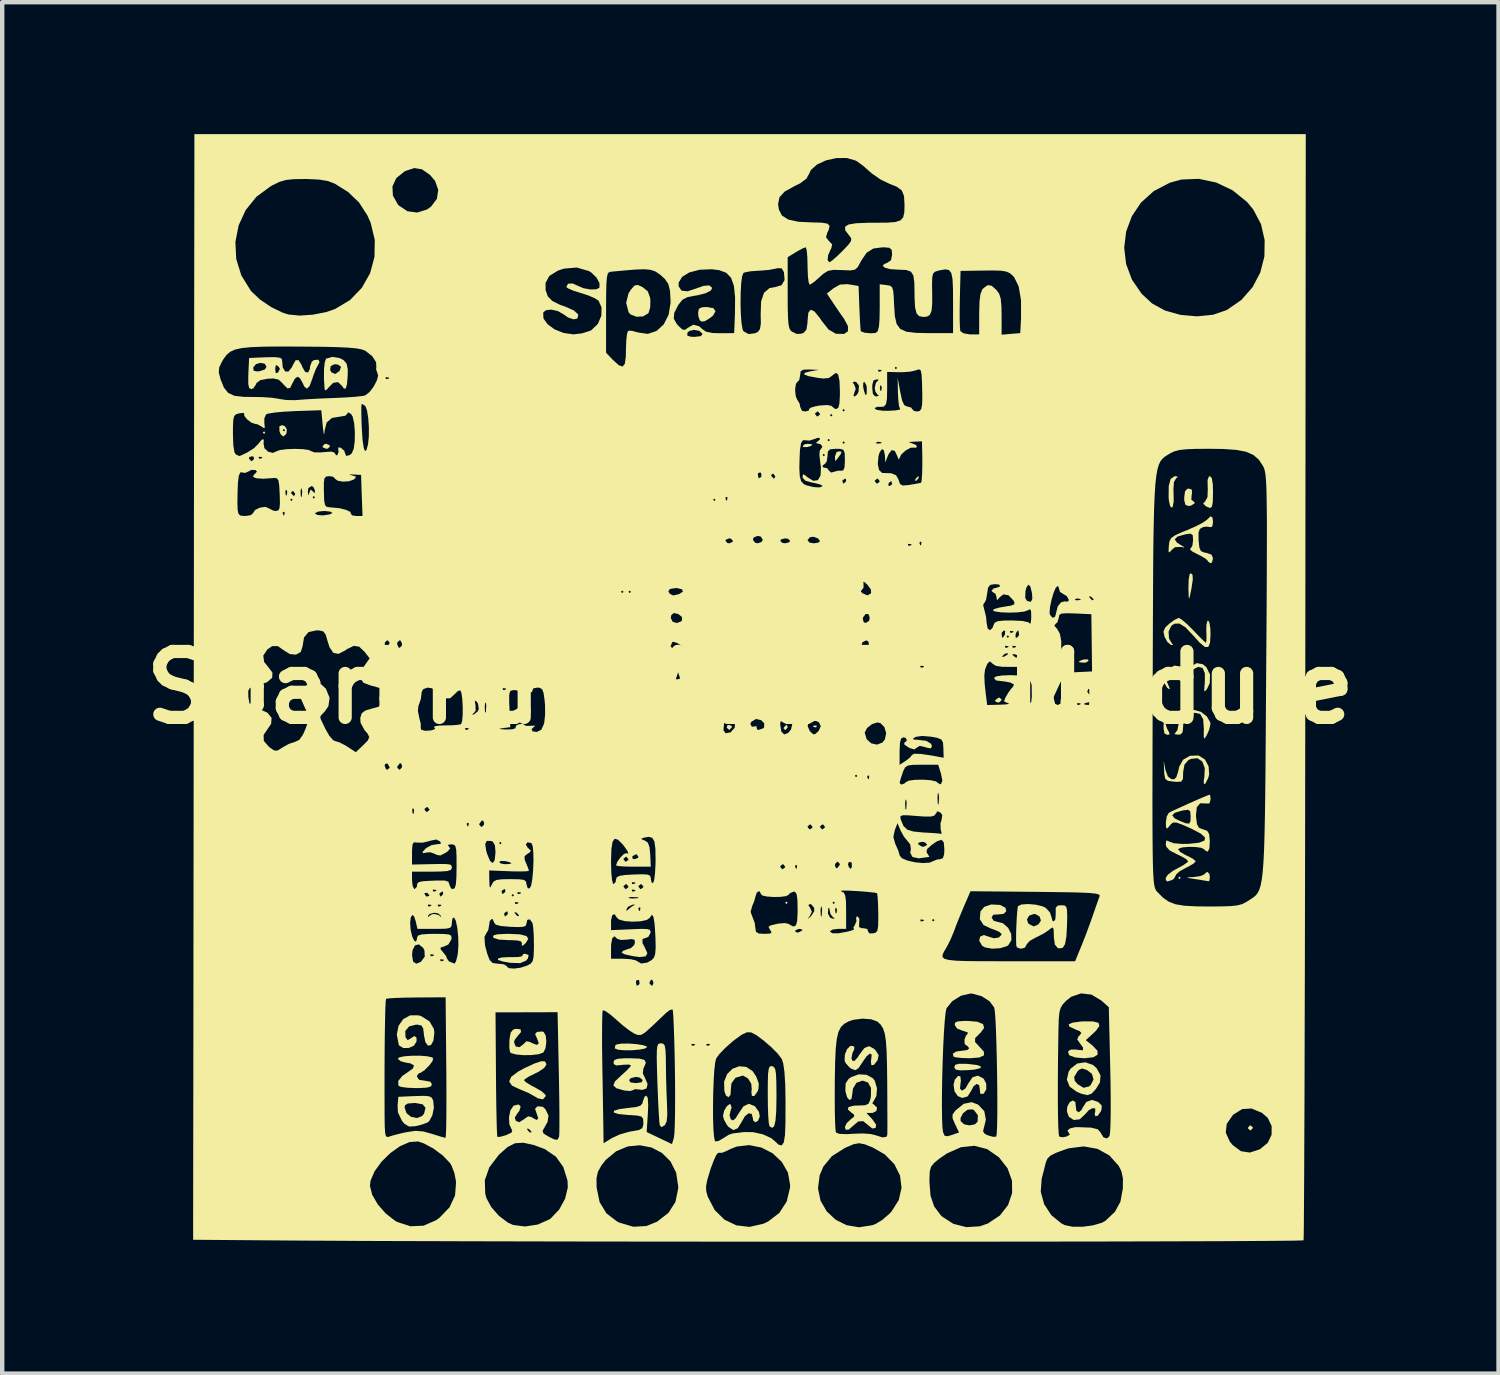
<source format=kicad_pcb>
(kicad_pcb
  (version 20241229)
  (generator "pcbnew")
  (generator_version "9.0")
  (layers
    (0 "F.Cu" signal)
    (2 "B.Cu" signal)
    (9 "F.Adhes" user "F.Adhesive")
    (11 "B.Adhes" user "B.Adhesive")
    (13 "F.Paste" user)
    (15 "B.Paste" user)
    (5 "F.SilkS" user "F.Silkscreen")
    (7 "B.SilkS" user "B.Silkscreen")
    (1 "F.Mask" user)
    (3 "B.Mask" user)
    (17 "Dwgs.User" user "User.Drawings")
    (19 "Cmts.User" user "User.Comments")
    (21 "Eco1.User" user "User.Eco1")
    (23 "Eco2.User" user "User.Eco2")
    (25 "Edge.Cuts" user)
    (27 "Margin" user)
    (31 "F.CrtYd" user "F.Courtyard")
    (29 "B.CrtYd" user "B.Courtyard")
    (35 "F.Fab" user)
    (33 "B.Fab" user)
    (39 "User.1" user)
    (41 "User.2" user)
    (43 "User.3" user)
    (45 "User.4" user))
  (footprint "SparkFun_AS335_Module"
    (layer "F.Cu")
    (at 14.014 12.587)
    (property "Reference" "SparkFun_AS335_Module" (at 0 0 0) (layer "F.SilkS") (effects (font (size 1.5 1.5) (thickness 0.3))))
    (attr board_only exclude_from_pos_files exclude_from_bom)
    (fp_poly (pts (xy -11.031 -5.798) (xy -11.059 -5.77) (xy -11.088 -5.798) (xy -11.059 -5.827)) (stroke (width 0) (type solid)) (fill yes) (layer "F.SilkS"))
    (fp_poly (pts (xy 0.849 4.893) (xy 0.82 4.922) (xy 0.792 4.893) (xy 0.82 4.865)) (stroke (width 0) (type solid)) (fill yes) (layer "F.SilkS"))
    (fp_poly (pts (xy 7.298 -0.481) (xy 7.269 -0.453) (xy 7.241 -0.481) (xy 7.269 -0.509)) (stroke (width 0) (type solid)) (fill yes) (layer "F.SilkS"))
    (fp_poly (pts (xy 9.787 4.328) (xy 9.758 4.356) (xy 9.73 4.328) (xy 9.758 4.299)) (stroke (width 0) (type solid)) (fill yes) (layer "F.SilkS"))
    (fp_poly (pts (xy 1.509 0.867) (xy 1.501 0.901) (xy 1.471 0.905) (xy 1.424 0.884) (xy 1.433 0.867) (xy 1.5 0.861)) (stroke (width 0) (type solid)) (fill yes) (layer "F.SilkS"))
    (fp_poly (pts (xy -5.156 0.437) (xy -5.148 0.478) (xy -5.167 0.559) (xy -5.216 0.535) (xy -5.23 0.513) (xy -5.223 0.44) (xy -5.205 0.425)) (stroke (width 0) (type solid)) (fill yes) (layer "F.SilkS"))
    (fp_poly (pts (xy -9.57 -5.513) (xy -9.56 -5.487) (xy -9.606 -5.437) (xy -9.645 -5.431) (xy -9.72 -5.461) (xy -9.73 -5.487) (xy -9.684 -5.537) (xy -9.645 -5.544)) (stroke (width 0) (type solid)) (fill yes) (layer "F.SilkS"))
    (fp_poly (pts (xy -0.42 0.875) (xy -0.424 0.905) (xy -0.473 0.959) (xy -0.481 0.962) (xy -0.526 0.922) (xy -0.537 0.905) (xy -0.524 0.857) (xy -0.481 0.849)) (stroke (width 0) (type solid)) (fill yes) (layer "F.SilkS"))
    (fp_poly (pts (xy 0.848 0.892) (xy 0.849 0.905) (xy 0.805 0.96) (xy 0.789 0.962) (xy 0.755 0.927) (xy 0.764 0.905) (xy 0.815 0.851) (xy 0.824 0.849)) (stroke (width 0) (type solid)) (fill yes) (layer "F.SilkS"))
    (fp_poly (pts (xy 1.393 -5.535) (xy 1.414 -5.522) (xy 1.368 -5.492) (xy 1.301 -5.471) (xy 1.211 -5.468) (xy 1.188 -5.493) (xy 1.235 -5.534) (xy 1.301 -5.544)) (stroke (width 0) (type solid)) (fill yes) (layer "F.SilkS"))
    (fp_poly (pts (xy 3.829 -4.772) (xy 3.818 -4.752) (xy 3.765 -4.698) (xy 3.755 -4.695) (xy 3.751 -4.732) (xy 3.762 -4.752) (xy 3.815 -4.806) (xy 3.825 -4.808)) (stroke (width 0) (type solid)) (fill yes) (layer "F.SilkS"))
    (fp_poly (pts (xy 5.712 0.269) (xy 5.714 0.283) (xy 5.668 0.332) (xy 5.625 0.339) (xy 5.567 0.312) (xy 5.572 0.283) (xy 5.644 0.228) (xy 5.66 0.226)) (stroke (width 0) (type solid)) (fill yes) (layer "F.SilkS"))
    (fp_poly (pts (xy 7.694 -0.617) (xy 7.646 -0.575) (xy 7.58 -0.566) (xy 7.488 -0.575) (xy 7.467 -0.587) (xy 7.514 -0.617) (xy 7.58 -0.639) (xy 7.671 -0.642)) (stroke (width 0) (type solid)) (fill yes) (layer "F.SilkS"))
    (fp_poly (pts (xy 11.426 9.999) (xy 11.427 10.013) (xy 11.384 10.068) (xy 11.371 10.069) (xy 11.316 10.026) (xy 11.314 10.013) (xy 11.357 9.958) (xy 11.371 9.956)) (stroke (width 0) (type solid)) (fill yes) (layer "F.SilkS"))
    (fp_poly (pts (xy 2.075 -5.361) (xy 2.052 -5.303) (xy 2.031 -5.275) (xy 1.964 -5.186) (xy 1.939 -5.153) (xy 1.927 -5.18) (xy 1.923 -5.252) (xy 1.959 -5.353) (xy 2.015 -5.374)) (stroke (width 0) (type solid)) (fill yes) (layer "F.SilkS"))
    (fp_poly (pts (xy 9.432 0.792) (xy 9.475 0.93) (xy 9.516 1.004) (xy 9.538 1.062) (xy 9.482 1.075) (xy 9.42 1.045) (xy 9.398 0.941) (xy 9.398 0.863) (xy 9.406 0.745) (xy 9.419 0.736)) (stroke (width 0) (type solid)) (fill yes) (layer "F.SilkS"))
    (fp_poly (pts (xy -0.84 -8.629) (xy -0.792 -8.559) (xy -0.849 -8.46) (xy -0.918 -8.404) (xy -1.037 -8.331) (xy -1.109 -8.324) (xy -1.15 -8.354) (xy -1.18 -8.434) (xy -1.188 -8.523) (xy -1.171 -8.613) (xy -1.1 -8.649) (xy -0.99 -8.655)) (stroke (width 0) (type solid)) (fill yes) (layer "F.SilkS"))
    (fp_poly (pts (xy 10.055 -2.569) (xy 10.062 -2.46) (xy 10.033 -2.261) (xy 10.016 -2.178) (xy 9.99 -2.056) (xy 9.975 -2.022) (xy 9.968 -2.083) (xy 9.963 -2.249) (xy 9.963 -2.277) (xy 9.968 -2.456) (xy 9.989 -2.573) (xy 10.013 -2.602)) (stroke (width 0) (type solid)) (fill yes) (layer "F.SilkS"))
    (fp_poly (pts (xy 4.901 8.556) (xy 4.951 8.559) (xy 5.154 8.583) (xy 5.247 8.618) (xy 5.228 8.655) (xy 5.098 8.687) (xy 4.951 8.7) (xy 4.767 8.704) (xy 4.671 8.687) (xy 4.64 8.642) (xy 4.639 8.629) (xy 4.66 8.578) (xy 4.739 8.556)) (stroke (width 0) (type solid)) (fill yes) (layer "F.SilkS"))
    (fp_poly (pts (xy -2.596 8.107) (xy -2.447 8.13) (xy -2.358 8.16) (xy -2.348 8.174) (xy -2.398 8.209) (xy -2.525 8.233) (xy -2.693 8.247) (xy -2.866 8.248) (xy -3.007 8.235) (xy -3.081 8.207) (xy -3.082 8.205) (xy -3.072 8.137) (xy -3.037 8.114) (xy -2.928 8.096) (xy -2.769 8.095)) (stroke (width 0) (type solid)) (fill yes) (layer "F.SilkS"))
    (fp_poly (pts (xy 9.723 -4.796) (xy 9.682 -4.758) (xy 9.633 -4.675) (xy 9.621 -4.5) (xy 9.625 -4.41) (xy 9.627 -4.225) (xy 9.604 -4.112) (xy 9.585 -4.091) (xy 9.545 -4.129) (xy 9.518 -4.256) (xy 9.512 -4.33) (xy 9.515 -4.588) (xy 9.559 -4.746) (xy 9.644 -4.806) (xy 9.663 -4.808)) (stroke (width 0) (type solid)) (fill yes) (layer "F.SilkS"))
    (fp_poly (pts (xy 10.041 -4.502) (xy 10.043 -4.412) (xy 10.036 -4.384) (xy 10.029 -4.271) (xy 10.067 -4.243) (xy 10.106 -4.208) (xy 10.098 -4.186) (xy 10.017 -4.137) (xy 9.963 -4.13) (xy 9.894 -4.157) (xy 9.868 -4.257) (xy 9.867 -4.327) (xy 9.886 -4.468) (xy 9.941 -4.522) (xy 9.972 -4.525)) (stroke (width 0) (type solid)) (fill yes) (layer "F.SilkS"))
    (fp_poly (pts (xy 10.438 4.237) (xy 10.45 4.299) (xy 10.441 4.387) (xy 10.42 4.404) (xy 10.344 4.391) (xy 10.2 4.367) (xy 10.126 4.356) (xy 9.975 4.332) (xy 9.93 4.319) (xy 9.987 4.312) (xy 10.08 4.308) (xy 10.226 4.288) (xy 10.317 4.251) (xy 10.324 4.243) (xy 10.39 4.188)) (stroke (width 0) (type solid)) (fill yes) (layer "F.SilkS"))
    (fp_poly (pts (xy -10.582 -5.942) (xy -10.539 -5.866) (xy -10.553 -5.77) (xy -10.614 -5.715) (xy -10.627 -5.714) (xy -10.681 -5.761) (xy -10.708 -5.827) (xy -10.709 -5.855) (xy -10.635 -5.855) (xy -10.607 -5.827) (xy -10.579 -5.855) (xy -10.607 -5.883) (xy -10.635 -5.855) (xy -10.709 -5.855) (xy -10.711 -5.941) (xy -10.647 -5.97)) (stroke (width 0) (type solid)) (fill yes) (layer "F.SilkS"))
    (fp_poly (pts (xy -5.043 6.082) (xy -5.059 6.16) (xy -5.103 6.211) (xy -5.235 6.266) (xy -5.461 6.259) (xy -5.629 6.229) (xy -5.736 6.194) (xy -5.741 6.162) (xy -5.656 6.138) (xy -5.491 6.129) (xy -5.422 6.13) (xy -5.274 6.127) (xy -5.191 6.109) (xy -5.185 6.095) (xy -5.164 6.059) (xy -5.123 6.053)) (stroke (width 0) (type solid)) (fill yes) (layer "F.SilkS"))
    (fp_poly (pts (xy -2.449 -9.106) (xy -2.333 -9.012) (xy -2.281 -8.87) (xy -2.273 -8.805) (xy -2.278 -8.643) (xy -2.314 -8.523) (xy -2.323 -8.51) (xy -2.441 -8.441) (xy -2.592 -8.434) (xy -2.725 -8.486) (xy -2.77 -8.538) (xy -2.824 -8.751) (xy -2.771 -8.965) (xy -2.716 -9.051) (xy -2.632 -9.145) (xy -2.557 -9.157)) (stroke (width 0) (type solid)) (fill yes) (layer "F.SilkS"))
    (fp_poly (pts (xy 10.494 -4.765) (xy 10.517 -4.628) (xy 10.522 -4.441) (xy 10.517 -4.23) (xy 10.498 -4.116) (xy 10.454 -4.083) (xy 10.377 -4.115) (xy 10.352 -4.13) (xy 10.298 -4.185) (xy 10.344 -4.236) (xy 10.396 -4.33) (xy 10.403 -4.52) (xy 10.401 -4.547) (xy 10.398 -4.723) (xy 10.429 -4.802) (xy 10.451 -4.808)) (stroke (width 0) (type solid)) (fill yes) (layer "F.SilkS"))
    (fp_poly (pts (xy -5.237 5.612) (xy -5.091 5.65) (xy -5.05 5.714) (xy -5.108 5.809) (xy -5.117 5.818) (xy -5.185 5.876) (xy -5.198 5.851) (xy -5.194 5.827) (xy -5.206 5.778) (xy -5.283 5.752) (xy -5.446 5.743) (xy -5.5 5.743) (xy -5.719 5.731) (xy -5.836 5.693) (xy -5.852 5.673) (xy -5.838 5.633) (xy -5.746 5.61) (xy -5.561 5.601) (xy -5.489 5.6)) (stroke (width 0) (type solid)) (fill yes) (layer "F.SilkS"))
    (fp_poly (pts (xy 0.495 8.609) (xy 0.537 8.629) (xy 0.566 8.681) (xy 0.583 8.785) (xy 0.591 8.96) (xy 0.594 9.224) (xy 0.594 9.302) (xy 0.589 9.627) (xy 0.572 9.848) (xy 0.542 9.974) (xy 0.496 10.013) (xy 0.435 9.976) (xy 0.42 9.908) (xy 0.407 9.749) (xy 0.399 9.525) (xy 0.396 9.264) (xy 0.397 8.978) (xy 0.403 8.788) (xy 0.417 8.674) (xy 0.44 8.62) (xy 0.476 8.607)) (stroke (width 0) (type solid)) (fill yes) (layer "F.SilkS"))
    (fp_poly (pts (xy -0.093 8.626) (xy 0.053 8.724) (xy 0.135 8.848) (xy 0.192 9.004) (xy 0.185 9.127) (xy 0.162 9.187) (xy 0.09 9.288) (xy 0.035 9.286) (xy 0.023 9.19) (xy 0.032 9.141) (xy 0.021 9.008) (xy -0.054 8.888) (xy -0.161 8.826) (xy -0.177 8.825) (xy -0.337 8.873) (xy -0.43 8.999) (xy -0.442 9.121) (xy -0.451 9.26) (xy -0.495 9.316) (xy -0.553 9.28) (xy -0.591 9.177) (xy -0.597 8.962) (xy -0.528 8.789) (xy -0.406 8.668) (xy -0.254 8.611)) (stroke (width 0) (type solid)) (fill yes) (layer "F.SilkS"))
    (fp_poly (pts (xy -1.98 8.099) (xy -1.947 8.143) (xy -1.93 8.242) (xy -1.922 8.418) (xy -1.92 8.585) (xy -1.916 8.878) (xy -1.907 9.191) (xy -1.896 9.461) (xy -1.895 9.485) (xy -1.889 9.721) (xy -1.904 9.868) (xy -1.944 9.949) (xy -1.954 9.958) (xy -2.026 9.996) (xy -2.06 9.949) (xy -2.07 9.868) (xy -2.082 9.695) (xy -2.095 9.452) (xy -2.107 9.16) (xy -2.114 8.981) (xy -2.124 8.645) (xy -2.129 8.407) (xy -2.126 8.248) (xy -2.115 8.154) (xy -2.093 8.107) (xy -2.059 8.091) (xy -2.033 8.09)) (stroke (width 0) (type solid)) (fill yes) (layer "F.SilkS"))
    (fp_poly (pts (xy -4.669 8.501) (xy -4.639 8.559) (xy -4.639 8.574) (xy -4.687 8.648) (xy -4.814 8.735) (xy -4.893 8.774) (xy -5.04 8.847) (xy -5.132 8.908) (xy -5.148 8.929) (xy -5.101 8.976) (xy -4.983 9.05) (xy -4.889 9.098) (xy -4.746 9.181) (xy -4.662 9.257) (xy -4.652 9.289) (xy -4.718 9.364) (xy -4.835 9.34) (xy -4.907 9.296) (xy -5.046 9.218) (xy -5.222 9.144) (xy -5.246 9.135) (xy -5.421 9.052) (xy -5.485 8.958) (xy -5.438 8.851) (xy -5.279 8.731) (xy -5.146 8.659) (xy -4.909 8.548) (xy -4.755 8.497)) (stroke (width 0) (type solid)) (fill yes) (layer "F.SilkS"))
    (fp_poly (pts (xy 7.909 9.423) (xy 7.991 9.503) (xy 7.986 9.598) (xy 7.966 9.645) (xy 7.902 9.734) (xy 7.846 9.749) (xy 7.83 9.69) (xy 7.843 9.643) (xy 7.844 9.572) (xy 7.787 9.563) (xy 7.7 9.608) (xy 7.614 9.701) (xy 7.614 9.702) (xy 7.492 9.817) (xy 7.356 9.834) (xy 7.242 9.759) (xy 7.199 9.637) (xy 7.207 9.533) (xy 7.263 9.427) (xy 7.336 9.39) (xy 7.392 9.425) (xy 7.4 9.513) (xy 7.414 9.623) (xy 7.471 9.657) (xy 7.535 9.602) (xy 7.551 9.563) (xy 7.64 9.424) (xy 7.771 9.376)) (stroke (width 0) (type solid)) (fill yes) (layer "F.SilkS"))
    (fp_poly (pts (xy 10.249 0.552) (xy 10.383 0.657) (xy 10.458 0.789) (xy 10.463 0.834) (xy 10.435 0.957) (xy 10.383 1.075) (xy 10.336 1.151) (xy 10.315 1.152) (xy 10.31 1.063) (xy 10.314 0.941) (xy 10.298 0.72) (xy 10.228 0.598) (xy 10.104 0.573) (xy 9.989 0.61) (xy 9.885 0.684) (xy 9.846 0.803) (xy 9.843 0.876) (xy 9.832 1.01) (xy 9.786 1.064) (xy 9.716 1.07) (xy 9.645 1.057) (xy 9.659 1.037) (xy 9.714 0.965) (xy 9.73 0.872) (xy 9.78 0.707) (xy 9.906 0.575) (xy 10.071 0.511) (xy 10.098 0.509)) (stroke (width 0) (type solid)) (fill yes) (layer "F.SilkS"))
    (fp_poly (pts (xy 5.304 8.891) (xy 5.306 8.893) (xy 5.364 9.006) (xy 5.365 9.136) (xy 5.311 9.229) (xy 5.29 9.241) (xy 5.227 9.235) (xy 5.22 9.154) (xy 5.205 9.041) (xy 5.146 9.013) (xy 5.073 9.07) (xy 5.028 9.159) (xy 4.941 9.297) (xy 4.82 9.332) (xy 4.719 9.291) (xy 4.644 9.184) (xy 4.621 9.033) (xy 4.649 8.918) (xy 4.724 8.83) (xy 4.777 8.844) (xy 4.788 8.947) (xy 4.78 8.995) (xy 4.768 9.12) (xy 4.809 9.164) (xy 4.82 9.164) (xy 4.891 9.117) (xy 4.958 9.001) (xy 4.961 8.995) (xy 5.053 8.862) (xy 5.176 8.825)) (stroke (width 0) (type solid)) (fill yes) (layer "F.SilkS"))
    (fp_poly (pts (xy 7.793 8.582) (xy 7.876 8.657) (xy 7.964 8.82) (xy 7.949 8.981) (xy 7.859 9.128) (xy 7.761 9.233) (xy 7.666 9.268) (xy 7.533 9.238) (xy 7.427 9.194) (xy 7.262 9.075) (xy 7.198 8.915) (xy 7.211 8.856) (xy 7.364 8.856) (xy 7.377 8.942) (xy 7.443 9.019) (xy 7.577 9.101) (xy 7.702 9.071) (xy 7.739 9.04) (xy 7.804 8.912) (xy 7.768 8.784) (xy 7.659 8.699) (xy 7.543 8.661) (xy 7.468 8.696) (xy 7.433 8.739) (xy 7.364 8.856) (xy 7.211 8.856) (xy 7.239 8.735) (xy 7.284 8.664) (xy 7.434 8.549) (xy 7.617 8.521)) (stroke (width 0) (type solid)) (fill yes) (layer "F.SilkS"))
    (fp_poly (pts (xy 0.098 9.519) (xy 0.112 9.531) (xy 0.195 9.648) (xy 0.215 9.751) (xy 0.173 9.853) (xy 0.111 9.886) (xy 0.063 9.842) (xy 0.057 9.791) (xy 0.029 9.693) (xy -0.038 9.681) (xy -0.123 9.748) (xy -0.194 9.871) (xy -0.287 10.022) (xy -0.389 10.062) (xy -0.5 9.988) (xy -0.534 9.944) (xy -0.601 9.822) (xy -0.622 9.742) (xy -0.597 9.626) (xy -0.538 9.523) (xy -0.473 9.473) (xy -0.45 9.477) (xy -0.426 9.55) (xy -0.445 9.606) (xy -0.473 9.725) (xy -0.445 9.818) (xy -0.394 9.843) (xy -0.337 9.798) (xy -0.272 9.693) (xy -0.156 9.522) (xy -0.033 9.464)) (stroke (width 0) (type solid)) (fill yes) (layer "F.SilkS"))
    (fp_poly (pts (xy -9.337 -7.493) (xy -9.249 -7.446) (xy -9.181 -7.366) (xy -9.155 -7.238) (xy -9.157 -7.094) (xy -9.174 -6.893) (xy -9.203 -6.798) (xy -9.246 -6.803) (xy -9.285 -6.86) (xy -9.378 -6.948) (xy -9.489 -6.929) (xy -9.585 -6.832) (xy -9.652 -6.757) (xy -9.681 -6.781) (xy -9.682 -6.79) (xy -9.697 -7.021) (xy -9.696 -7.223) (xy -9.557 -7.223) (xy -9.523 -7.166) (xy -9.436 -7.132) (xy -9.341 -7.204) (xy -9.308 -7.294) (xy -9.376 -7.346) (xy -9.457 -7.354) (xy -9.543 -7.313) (xy -9.557 -7.223) (xy -9.696 -7.223) (xy -9.696 -7.233) (xy -9.679 -7.396) (xy -9.65 -7.479) (xy -9.648 -7.481) (xy -9.506 -7.521)) (stroke (width 0) (type solid)) (fill yes) (layer "F.SilkS"))
    (fp_poly (pts (xy -7.54 7.454) (xy -7.486 7.471) (xy -7.298 7.589) (xy -7.198 7.759) (xy -7.186 7.844) (xy -7.207 8.027) (xy -7.262 8.128) (xy -7.33 8.142) (xy -7.39 8.063) (xy -7.422 7.906) (xy -7.439 7.754) (xy -7.479 7.685) (xy -7.564 7.666) (xy -7.603 7.665) (xy -7.759 7.705) (xy -7.847 7.808) (xy -7.843 7.948) (xy -7.842 7.95) (xy -7.795 8.017) (xy -7.737 7.986) (xy -7.641 7.923) (xy -7.591 7.961) (xy -7.591 8.047) (xy -7.65 8.143) (xy -7.766 8.195) (xy -7.893 8.196) (xy -7.986 8.139) (xy -7.997 8.116) (xy -8.04 7.89) (xy -8 7.691) (xy -7.893 7.538) (xy -7.734 7.453)) (stroke (width 0) (type solid)) (fill yes) (layer "F.SilkS"))
    (fp_poly (pts (xy -7.305 9.294) (xy -7.244 9.328) (xy -7.213 9.389) (xy -7.197 9.554) (xy -7.231 9.726) (xy -7.302 9.858) (xy -7.345 9.892) (xy -7.467 9.937) (xy -7.62 9.975) (xy -7.763 9.982) (xy -7.866 9.92) (xy -7.92 9.858) (xy -8.015 9.658) (xy -8.02 9.549) (xy -7.863 9.549) (xy -7.819 9.679) (xy -7.713 9.763) (xy -7.583 9.789) (xy -7.465 9.744) (xy -7.42 9.688) (xy -7.387 9.556) (xy -7.452 9.477) (xy -7.618 9.447) (xy -7.642 9.447) (xy -7.79 9.458) (xy -7.854 9.5) (xy -7.863 9.549) (xy -8.02 9.549) (xy -8.022 9.507) (xy -8.005 9.306) (xy -7.627 9.289) (xy -7.423 9.284)) (stroke (width 0) (type solid)) (fill yes) (layer "F.SilkS"))
    (fp_poly (pts (xy 2.365 8.163) (xy 2.361 8.23) (xy 2.323 8.308) (xy 2.3 8.424) (xy 2.315 8.479) (xy 2.364 8.495) (xy 2.439 8.412) (xy 2.479 8.348) (xy 2.593 8.197) (xy 2.699 8.154) (xy 2.813 8.214) (xy 2.853 8.255) (xy 2.918 8.361) (xy 2.894 8.469) (xy 2.888 8.481) (xy 2.81 8.581) (xy 2.753 8.587) (xy 2.74 8.502) (xy 2.749 8.457) (xy 2.759 8.345) (xy 2.719 8.322) (xy 2.643 8.385) (xy 2.553 8.514) (xy 2.461 8.653) (xy 2.388 8.701) (xy 2.304 8.672) (xy 2.254 8.637) (xy 2.168 8.54) (xy 2.144 8.483) (xy 2.149 8.348) (xy 2.199 8.222) (xy 2.273 8.15) (xy 2.295 8.146)) (stroke (width 0) (type solid)) (fill yes) (layer "F.SilkS"))
    (fp_poly (pts (xy 7.916 7.623) (xy 7.939 7.692) (xy 7.863 7.8) (xy 7.81 7.852) (xy 7.628 8.018) (xy 7.78 8.138) (xy 7.893 8.257) (xy 7.898 8.348) (xy 7.799 8.407) (xy 7.598 8.429) (xy 7.589 8.429) (xy 7.393 8.412) (xy 7.265 8.367) (xy 7.246 8.351) (xy 7.224 8.274) (xy 7.29 8.231) (xy 7.42 8.232) (xy 7.462 8.241) (xy 7.561 8.247) (xy 7.568 8.189) (xy 7.492 8.085) (xy 7.434 8.001) (xy 7.461 7.936) (xy 7.486 7.911) (xy 7.528 7.855) (xy 7.488 7.812) (xy 7.391 7.773) (xy 7.259 7.712) (xy 7.238 7.66) (xy 7.324 7.62) (xy 7.515 7.594) (xy 7.56 7.591) (xy 7.791 7.591)) (stroke (width 0) (type solid)) (fill yes) (layer "F.SilkS"))
    (fp_poly (pts (xy -7.355 8.383) (xy -7.242 8.408) (xy -7.213 8.429) (xy -7.229 8.495) (xy -7.304 8.595) (xy -7.404 8.695) (xy -7.499 8.76) (xy -7.532 8.768) (xy -7.575 8.814) (xy -7.58 8.853) (xy -7.53 8.921) (xy -7.411 8.938) (xy -7.276 8.963) (xy -7.241 9.023) (xy -7.266 9.071) (xy -7.354 9.097) (xy -7.527 9.107) (xy -7.605 9.108) (xy -7.798 9.1) (xy -7.941 9.081) (xy -8.002 9.056) (xy -8.009 8.948) (xy -7.913 8.829) (xy -7.806 8.757) (xy -7.673 8.661) (xy -7.65 8.59) (xy -7.736 8.544) (xy -7.816 8.532) (xy -7.948 8.499) (xy -8.018 8.445) (xy -8.019 8.443) (xy -7.981 8.408) (xy -7.864 8.384) (xy -7.698 8.372) (xy -7.518 8.371)) (stroke (width 0) (type solid)) (fill yes) (layer "F.SilkS"))
    (fp_poly (pts (xy 5.168 7.6) (xy 5.293 7.655) (xy 5.316 7.74) (xy 5.234 7.85) (xy 5.214 7.867) (xy 5.112 7.971) (xy 5.11 8.059) (xy 5.204 8.161) (xy 5.311 8.28) (xy 5.313 8.363) (xy 5.208 8.412) (xy 4.995 8.429) (xy 4.988 8.429) (xy 4.804 8.423) (xy 4.669 8.408) (xy 4.621 8.393) (xy 4.604 8.326) (xy 4.679 8.277) (xy 4.812 8.259) (xy 4.93 8.243) (xy 4.978 8.203) (xy 4.935 8.148) (xy 4.922 8.146) (xy 4.874 8.103) (xy 4.869 8.008) (xy 4.904 7.913) (xy 4.936 7.882) (xy 4.947 7.842) (xy 4.847 7.809) (xy 4.837 7.807) (xy 4.703 7.754) (xy 4.649 7.679) (xy 4.654 7.622) (xy 4.712 7.592) (xy 4.848 7.581) (xy 4.948 7.58)) (stroke (width 0) (type solid)) (fill yes) (layer "F.SilkS"))
    (fp_poly (pts (xy 5.675 4.942) (xy 5.689 4.946) (xy 5.801 5.007) (xy 5.821 5.086) (xy 5.758 5.147) (xy 5.642 5.158) (xy 5.523 5.165) (xy 5.487 5.229) (xy 5.534 5.303) (xy 5.588 5.318) (xy 5.744 5.359) (xy 5.863 5.464) (xy 5.932 5.602) (xy 5.937 5.743) (xy 5.866 5.858) (xy 5.83 5.881) (xy 5.678 5.927) (xy 5.498 5.937) (xy 5.341 5.91) (xy 5.272 5.872) (xy 5.205 5.757) (xy 5.224 5.665) (xy 5.307 5.627) (xy 5.421 5.664) (xy 5.541 5.701) (xy 5.654 5.682) (xy 5.712 5.618) (xy 5.714 5.604) (xy 5.664 5.556) (xy 5.541 5.503) (xy 5.491 5.488) (xy 5.303 5.4) (xy 5.218 5.265) (xy 5.233 5.091) (xy 5.32 4.986) (xy 5.479 4.932)) (stroke (width 0) (type solid)) (fill yes) (layer "F.SilkS"))
    (fp_poly (pts (xy 10.2 1.548) (xy 10.338 1.635) (xy 10.421 1.79) (xy 10.434 1.974) (xy 10.413 2.054) (xy 10.353 2.178) (xy 10.314 2.196) (xy 10.311 2.11) (xy 10.324 2.038) (xy 10.335 1.831) (xy 10.278 1.682) (xy 10.169 1.606) (xy 10.022 1.62) (xy 9.96 1.651) (xy 9.873 1.75) (xy 9.843 1.916) (xy 9.843 1.94) (xy 9.837 2.08) (xy 9.798 2.138) (xy 9.693 2.144) (xy 9.631 2.139) (xy 9.495 2.12) (xy 9.433 2.071) (xy 9.413 1.956) (xy 9.41 1.895) (xy 9.401 1.669) (xy 9.438 1.866) (xy 9.495 2.021) (xy 9.575 2.082) (xy 9.642 2.083) (xy 9.687 2.038) (xy 9.726 1.921) (xy 9.755 1.794) (xy 9.841 1.641) (xy 9.996 1.551) (xy 10.185 1.544)) (stroke (width 0) (type solid)) (fill yes) (layer "F.SilkS"))
    (fp_poly (pts (xy -5.226 7.771) (xy -5.215 7.833) (xy -5.289 7.92) (xy -5.361 8.014) (xy -5.374 8.065) (xy -5.337 8.161) (xy -5.251 8.178) (xy -5.166 8.114) (xy -5.092 8.042) (xy -5.007 8.06) (xy -4.971 8.081) (xy -4.856 8.126) (xy -4.811 8.089) (xy -4.85 7.98) (xy -4.854 7.973) (xy -4.895 7.881) (xy -4.856 7.835) (xy -4.841 7.829) (xy -4.732 7.821) (xy -4.698 7.833) (xy -4.653 7.916) (xy -4.64 8.056) (xy -4.658 8.2) (xy -4.705 8.296) (xy -4.709 8.3) (xy -4.812 8.337) (xy -4.974 8.356) (xy -5.158 8.359) (xy -5.325 8.344) (xy -5.44 8.313) (xy -5.466 8.289) (xy -5.481 8.187) (xy -5.479 8.03) (xy -5.477 7.996) (xy -5.451 7.847) (xy -5.395 7.778) (xy -5.332 7.76)) (stroke (width 0) (type solid)) (fill yes) (layer "F.SilkS"))
    (fp_poly (pts (xy 9.813 -1.545) (xy 9.932 -1.444) (xy 10.074 -1.302) (xy 10.075 -1.301) (xy 10.21 -1.16) (xy 10.313 -1.058) (xy 10.362 -1.018) (xy 10.362 -1.018) (xy 10.372 -1.069) (xy 10.373 -1.196) (xy 10.369 -1.273) (xy 10.371 -1.424) (xy 10.394 -1.515) (xy 10.41 -1.527) (xy 10.44 -1.476) (xy 10.461 -1.344) (xy 10.465 -1.216) (xy 10.454 -1.02) (xy 10.414 -0.923) (xy 10.337 -0.924) (xy 10.217 -1.023) (xy 10.069 -1.188) (xy 9.895 -1.372) (xy 9.755 -1.458) (xy 9.639 -1.452) (xy 9.572 -1.403) (xy 9.511 -1.273) (xy 9.521 -1.117) (xy 9.574 -1.023) (xy 9.615 -0.968) (xy 9.564 -0.972) (xy 9.56 -0.973) (xy 9.481 -1.042) (xy 9.42 -1.156) (xy 9.395 -1.273) (xy 9.433 -1.363) (xy 9.522 -1.448) (xy 9.643 -1.538) (xy 9.735 -1.583) (xy 9.744 -1.584)) (stroke (width 0) (type solid)) (fill yes) (layer "F.SilkS"))
    (fp_poly (pts (xy 10.291 -0.531) (xy 10.372 -0.462) (xy 10.454 -0.295) (xy 10.448 -0.103) (xy 10.386 0.03) (xy 10.339 0.085) (xy 10.322 0.065) (xy 10.328 -0.045) (xy 10.336 -0.117) (xy 10.336 -0.327) (xy 10.285 -0.447) (xy 10.186 -0.471) (xy 10.08 -0.419) (xy 9.987 -0.326) (xy 9.956 -0.251) (xy 9.925 -0.178) (xy 9.9 -0.17) (xy 9.848 -0.215) (xy 9.843 -0.248) (xy 9.803 -0.346) (xy 9.755 -0.399) (xy 9.678 -0.437) (xy 9.597 -0.398) (xy 9.547 -0.351) (xy 9.467 -0.25) (xy 9.467 -0.153) (xy 9.497 -0.078) (xy 9.539 0.023) (xy 9.526 0.038) (xy 9.479 0.003) (xy 9.401 -0.126) (xy 9.409 -0.282) (xy 9.494 -0.416) (xy 9.645 -0.501) (xy 9.784 -0.479) (xy 9.831 -0.443) (xy 9.904 -0.41) (xy 9.999 -0.468) (xy 10.002 -0.471) (xy 10.152 -0.557)) (stroke (width 0) (type solid)) (fill yes) (layer "F.SilkS"))
    (fp_poly (pts (xy -2.526 8.437) (xy -2.407 8.469) (xy -2.376 8.532) (xy -2.419 8.636) (xy -2.431 8.655) (xy -2.445 8.774) (xy -2.398 8.871) (xy -2.337 9.016) (xy -2.361 9.116) (xy -2.459 9.15) (xy -2.513 9.142) (xy -2.623 9.132) (xy -2.668 9.154) (xy -2.73 9.174) (xy -2.856 9.164) (xy -2.876 9.16) (xy -3.049 9.11) (xy -3.115 9.046) (xy -3.077 8.954) (xy -3.045 8.924) (xy -2.758 8.924) (xy -2.728 8.978) (xy -2.602 8.995) (xy -2.473 8.976) (xy -2.447 8.924) (xy -2.515 8.869) (xy -2.602 8.853) (xy -2.714 8.88) (xy -2.758 8.924) (xy -3.045 8.924) (xy -2.942 8.826) (xy -2.814 8.71) (xy -2.732 8.622) (xy -2.715 8.592) (xy -2.764 8.572) (xy -2.885 8.577) (xy -2.913 8.581) (xy -3.049 8.593) (xy -3.105 8.562) (xy -3.111 8.521) (xy -3.092 8.47) (xy -3.018 8.442) (xy -2.867 8.43) (xy -2.744 8.429)) (stroke (width 0) (type solid)) (fill yes) (layer "F.SilkS"))
    (fp_poly (pts (xy 2.644 8.806) (xy 2.788 8.884) (xy 2.829 8.939) (xy 2.88 9.113) (xy 2.867 9.286) (xy 2.814 9.386) (xy 2.772 9.454) (xy 2.814 9.487) (xy 2.882 9.551) (xy 2.866 9.628) (xy 2.78 9.673) (xy 2.762 9.673) (xy 2.639 9.673) (xy 2.773 9.816) (xy 2.86 9.939) (xy 2.849 10.015) (xy 2.771 10.026) (xy 2.688 9.958) (xy 2.565 9.859) (xy 2.452 9.867) (xy 2.348 9.956) (xy 2.237 10.052) (xy 2.168 10.056) (xy 2.15 9.992) (xy 2.192 9.904) (xy 2.277 9.823) (xy 2.362 9.754) (xy 2.357 9.709) (xy 2.305 9.672) (xy 2.216 9.593) (xy 2.234 9.537) (xy 2.358 9.507) (xy 2.455 9.504) (xy 2.61 9.498) (xy 2.688 9.463) (xy 2.726 9.374) (xy 2.741 9.302) (xy 2.744 9.106) (xy 2.676 8.98) (xy 2.55 8.938) (xy 2.412 8.987) (xy 2.333 9.122) (xy 2.319 9.237) (xy 2.3 9.354) (xy 2.254 9.379) (xy 2.202 9.321) (xy 2.165 9.192) (xy 2.161 9.154) (xy 2.167 9.001) (xy 2.233 8.901) (xy 2.292 8.858) (xy 2.465 8.795)) (stroke (width 0) (type solid)) (fill yes) (layer "F.SilkS"))
    (fp_poly (pts (xy 10.511 -3.865) (xy 10.522 -3.759) (xy 10.504 -3.662) (xy 10.465 -3.649) (xy 10.369 -3.662) (xy 10.292 -3.648) (xy 10.222 -3.608) (xy 10.192 -3.526) (xy 10.193 -3.369) (xy 10.194 -3.347) (xy 10.211 -3.185) (xy 10.247 -3.104) (xy 10.323 -3.071) (xy 10.366 -3.065) (xy 10.489 -3.023) (xy 10.522 -2.938) (xy 10.498 -2.848) (xy 10.465 -2.829) (xy 10.41 -2.865) (xy 10.409 -2.876) (xy 10.362 -2.926) (xy 10.244 -2.997) (xy 10.176 -3.03) (xy 10.051 -3.095) (xy 9.998 -3.143) (xy 10.006 -3.156) (xy 10.051 -3.222) (xy 10.069 -3.349) (xy 10.069 -3.349) (xy 10.061 -3.465) (xy 10.011 -3.502) (xy 9.887 -3.485) (xy 9.714 -3.435) (xy 9.652 -3.373) (xy 9.7 -3.299) (xy 9.766 -3.256) (xy 9.861 -3.198) (xy 9.859 -3.185) (xy 9.797 -3.199) (xy 9.657 -3.193) (xy 9.583 -3.131) (xy 9.53 -3.072) (xy 9.511 -3.096) (xy 9.516 -3.216) (xy 9.517 -3.224) (xy 9.531 -3.327) (xy 9.57 -3.4) (xy 9.657 -3.462) (xy 9.816 -3.534) (xy 9.928 -3.579) (xy 10.129 -3.667) (xy 10.291 -3.751) (xy 10.382 -3.815) (xy 10.387 -3.82) (xy 10.466 -3.896)) (stroke (width 0) (type solid)) (fill yes) (layer "F.SilkS"))
    (fp_poly (pts (xy 6.486 4.936) (xy 6.643 4.973) (xy 6.719 5.01) (xy 6.814 5.114) (xy 6.845 5.208) (xy 6.869 5.298) (xy 6.902 5.318) (xy 6.936 5.269) (xy 6.945 5.149) (xy 6.944 5.134) (xy 6.945 5.007) (xy 6.992 4.957) (xy 7.071 4.95) (xy 7.142 4.954) (xy 7.183 4.983) (xy 7.202 5.06) (xy 7.206 5.208) (xy 7.202 5.396) (xy 7.187 5.667) (xy 7.155 5.838) (xy 7.1 5.921) (xy 7.018 5.93) (xy 6.99 5.921) (xy 6.925 5.844) (xy 6.902 5.672) (xy 6.902 5.65) (xy 6.898 5.505) (xy 6.878 5.454) (xy 6.83 5.479) (xy 6.8 5.505) (xy 6.681 5.587) (xy 6.519 5.671) (xy 6.489 5.684) (xy 6.356 5.759) (xy 6.284 5.836) (xy 6.279 5.856) (xy 6.237 5.919) (xy 6.147 5.938) (xy 6.067 5.91) (xy 6.047 5.869) (xy 6.043 5.733) (xy 6.045 5.545) (xy 6.053 5.34) (xy 6.057 5.269) (xy 6.291 5.269) (xy 6.316 5.357) (xy 6.342 5.379) (xy 6.426 5.423) (xy 6.449 5.429) (xy 6.515 5.403) (xy 6.556 5.379) (xy 6.608 5.298) (xy 6.579 5.208) (xy 6.487 5.152) (xy 6.449 5.148) (xy 6.342 5.185) (xy 6.291 5.269) (xy 6.057 5.269) (xy 6.064 5.152) (xy 6.077 5.016) (xy 6.087 4.969) (xy 6.167 4.932) (xy 6.314 4.922)) (stroke (width 0) (type solid)) (fill yes) (layer "F.SilkS"))
    (fp_poly (pts (xy -10.69 -7.5) (xy -10.65 -7.463) (xy -10.65 -7.456) (xy -10.634 -7.283) (xy -10.579 -7.19) (xy -10.504 -7.187) (xy -10.427 -7.283) (xy -10.409 -7.326) (xy -10.342 -7.444) (xy -10.275 -7.448) (xy -10.207 -7.34) (xy -10.19 -7.293) (xy -10.124 -7.179) (xy -10.058 -7.165) (xy -10.017 -7.248) (xy -10.013 -7.303) (xy -9.974 -7.41) (xy -9.926 -7.448) (xy -9.824 -7.457) (xy -9.797 -7.401) (xy -9.829 -7.341) (xy -9.881 -7.244) (xy -9.941 -7.088) (xy -9.959 -7.029) (xy -10.024 -6.857) (xy -10.084 -6.797) (xy -10.144 -6.846) (xy -10.183 -6.93) (xy -10.242 -7.035) (xy -10.296 -7.071) (xy -10.358 -7.024) (xy -10.409 -6.93) (xy -10.465 -6.817) (xy -10.525 -6.804) (xy -10.614 -6.89) (xy -10.636 -6.918) (xy -10.725 -7.002) (xy -10.842 -7.03) (xy -10.976 -7.024) (xy -11.147 -6.991) (xy -11.23 -6.927) (xy -11.243 -6.895) (xy -11.302 -6.807) (xy -11.352 -6.788) (xy -11.397 -6.813) (xy -11.418 -6.903) (xy -11.418 -7.077) (xy -11.416 -7.142) (xy -11.409 -7.279) (xy -11.304 -7.279) (xy -11.297 -7.207) (xy -11.219 -7.19) (xy -11.163 -7.194) (xy -11.04 -7.235) (xy -11.037 -7.241) (xy -10.805 -7.241) (xy -10.793 -7.151) (xy -10.751 -7.16) (xy -10.737 -7.173) (xy -10.698 -7.25) (xy -10.737 -7.309) (xy -10.788 -7.337) (xy -10.804 -7.268) (xy -10.805 -7.241) (xy -11.037 -7.241) (xy -11.003 -7.298) (xy -11.045 -7.366) (xy -11.141 -7.385) (xy -11.242 -7.357) (xy -11.303 -7.285) (xy -11.304 -7.279) (xy -11.409 -7.279) (xy -11.399 -7.496) (xy -11.023 -7.512) (xy -10.809 -7.515)) (stroke (width 0) (type solid)) (fill yes) (layer "F.SilkS"))
    (fp_poly (pts (xy 10.463 2.48) (xy 10.465 2.549) (xy 10.44 2.635) (xy 10.366 2.636) (xy 10.231 2.63) (xy 10.154 2.719) (xy 10.134 2.904) (xy 10.137 2.947) (xy 10.157 3.106) (xy 10.202 3.187) (xy 10.29 3.223) (xy 10.298 3.224) (xy 10.39 3.258) (xy 10.434 3.332) (xy 10.448 3.482) (xy 10.449 3.493) (xy 10.439 3.658) (xy 10.402 3.732) (xy 10.345 3.706) (xy 10.324 3.677) (xy 10.253 3.643) (xy 10.12 3.625) (xy 9.963 3.622) (xy 9.823 3.635) (xy 9.739 3.664) (xy 9.73 3.68) (xy 9.777 3.738) (xy 9.894 3.807) (xy 9.928 3.822) (xy 10.056 3.887) (xy 10.123 3.943) (xy 10.126 3.952) (xy 10.079 4.002) (xy 9.961 4.072) (xy 9.9 4.101) (xy 9.762 4.178) (xy 9.682 4.251) (xy 9.673 4.274) (xy 9.628 4.352) (xy 9.584 4.378) (xy 9.484 4.409) (xy 9.45 4.379) (xy 9.447 4.327) (xy 9.494 4.255) (xy 9.614 4.165) (xy 9.702 4.118) (xy 9.848 4.038) (xy 9.94 3.971) (xy 9.956 3.947) (xy 9.909 3.899) (xy 9.788 3.83) (xy 9.702 3.79) (xy 9.534 3.703) (xy 9.458 3.616) (xy 9.447 3.559) (xy 9.46 3.476) (xy 9.512 3.491) (xy 9.527 3.503) (xy 9.633 3.54) (xy 9.822 3.555) (xy 9.965 3.553) (xy 10.202 3.528) (xy 10.327 3.48) (xy 10.342 3.412) (xy 10.246 3.322) (xy 10.038 3.212) (xy 10.022 3.205) (xy 9.821 3.116) (xy 9.696 3.071) (xy 9.62 3.067) (xy 9.568 3.102) (xy 9.526 3.154) (xy 9.475 3.209) (xy 9.454 3.178) (xy 9.449 3.072) (xy 9.468 2.933) (xy 9.485 2.903) (xy 9.595 2.903) (xy 9.646 2.971) (xy 9.736 3.018) (xy 9.896 3.084) (xy 9.978 3.094) (xy 10.009 3.041) (xy 10.013 2.935) (xy 10.004 2.816) (xy 9.956 2.778) (xy 9.833 2.794) (xy 9.831 2.794) (xy 9.656 2.845) (xy 9.595 2.903) (xy 9.485 2.903) (xy 9.517 2.848) (xy 9.518 2.847) (xy 9.592 2.809) (xy 9.735 2.743) (xy 9.917 2.66) (xy 10.108 2.575) (xy 10.281 2.5) (xy 10.405 2.449) (xy 10.451 2.433)) (stroke (width 0) (type solid)) (fill yes) (layer "F.SilkS"))
    (fp_poly (pts (xy 12.62 -0.032) (xy 12.619 1.152) (xy 12.617 2.307) (xy 12.616 3.426) (xy 12.614 4.505) (xy 12.612 5.539) (xy 12.61 6.523) (xy 12.607 7.451) (xy 12.605 8.319) (xy 12.603 9.121) (xy 12.6 9.852) (xy 12.597 10.508) (xy 12.595 11.082) (xy 12.592 11.571) (xy 12.589 11.969) (xy 12.587 12.27) (xy 12.584 12.469) (xy 12.581 12.563) (xy 12.58 12.569) (xy 12.522 12.573) (xy 12.357 12.577) (xy 12.092 12.58) (xy 11.732 12.583) (xy 11.284 12.586) (xy 10.755 12.589) (xy 10.15 12.591) (xy 9.475 12.593) (xy 8.738 12.595) (xy 7.944 12.597) (xy 7.099 12.598) (xy 6.211 12.599) (xy 5.284 12.6) (xy 4.326 12.601) (xy 3.343 12.601) (xy 2.34 12.601) (xy 1.325 12.601) (xy 0.303 12.601) (xy -0.719 12.6) (xy -1.735 12.599) (xy -2.739 12.598) (xy -3.725 12.597) (xy -4.685 12.595) (xy -5.614 12.593) (xy -6.506 12.591) (xy -7.355 12.588) (xy -8.153 12.586) (xy -8.896 12.583) (xy -9.575 12.579) (xy -10.187 12.576) (xy -10.621 12.573) (xy -12.672 12.557) (xy -12.671 11.33) (xy -8.651 11.33) (xy -8.601 11.531) (xy -8.474 11.751) (xy -8.293 11.959) (xy -8.082 12.123) (xy -8.031 12.152) (xy -7.73 12.25) (xy -7.432 12.237) (xy -7.149 12.114) (xy -7.072 12.059) (xy -6.84 11.818) (xy -6.715 11.549) (xy -6.692 11.241) (xy -6.693 11.239) (xy -6.699 11.204) (xy -6.039 11.204) (xy -6.029 11.509) (xy -6.001 11.611) (xy -5.892 11.814) (xy -5.718 12.012) (xy -5.517 12.165) (xy -5.397 12.22) (xy -5.125 12.255) (xy -4.834 12.211) (xy -4.577 12.097) (xy -4.538 12.07) (xy -4.348 11.871) (xy -4.213 11.624) (xy -4.151 11.367) (xy -4.158 11.211) (xy -4.175 11.156) (xy -3.499 11.156) (xy -3.496 11.361) (xy -3.495 11.374) (xy -3.428 11.701) (xy -3.274 11.955) (xy -3.033 12.14) (xy -2.976 12.168) (xy -2.661 12.261) (xy -2.365 12.245) (xy -2.123 12.147) (xy -1.863 11.946) (xy -1.703 11.696) (xy -1.641 11.39) (xy -1.641 11.342) (xy -1.641 11.338) (xy -1.007 11.338) (xy -1.003 11.455) (xy -0.968 11.578) (xy -0.966 11.583) (xy -0.81 11.882) (xy -0.588 12.1) (xy -0.319 12.229) (xy -0.021 12.264) (xy 0.29 12.195) (xy 0.401 12.144) (xy 0.657 11.949) (xy 0.827 11.687) (xy 0.898 11.391) (xy 1.538 11.391) (xy 1.597 11.669) (xy 1.736 11.91) (xy 1.939 12.101) (xy 2.19 12.226) (xy 2.472 12.273) (xy 2.77 12.227) (xy 2.845 12.199) (xy 2.997 12.108) (xy 3.158 11.97) (xy 3.208 11.918) (xy 3.375 11.654) (xy 3.439 11.374) (xy 3.422 11.244) (xy 4.073 11.244) (xy 4.098 11.557) (xy 4.179 11.797) (xy 4.329 11.998) (xy 4.365 12.032) (xy 4.617 12.195) (xy 4.913 12.27) (xy 5.218 12.251) (xy 5.4 12.188) (xy 5.675 12.005) (xy 5.86 11.768) (xy 5.953 11.498) (xy 5.953 11.465) (xy 6.604 11.465) (xy 6.682 11.749) (xy 6.844 11.998) (xy 7.076 12.186) (xy 7.155 12.225) (xy 7.329 12.261) (xy 7.558 12.261) (xy 7.795 12.229) (xy 7.995 12.17) (xy 8.073 12.127) (xy 8.29 11.923) (xy 8.416 11.692) (xy 8.47 11.397) (xy 8.471 11.386) (xy 8.473 11.161) (xy 8.438 10.997) (xy 8.376 10.875) (xy 8.165 10.639) (xy 7.894 10.489) (xy 7.582 10.434) (xy 7.246 10.476) (xy 7.169 10.5) (xy 6.956 10.578) (xy 6.826 10.643) (xy 6.755 10.713) (xy 6.718 10.804) (xy 6.714 10.821) (xy 6.68 10.958) (xy 6.634 11.136) (xy 6.625 11.173) (xy 6.604 11.465) (xy 5.953 11.465) (xy 5.95 11.213) (xy 5.849 10.932) (xy 5.653 10.681) (xy 5.387 10.496) (xy 5.097 10.42) (xy 4.79 10.452) (xy 4.47 10.594) (xy 4.307 10.706) (xy 4.18 10.809) (xy 4.11 10.896) (xy 4.08 11.006) (xy 4.073 11.178) (xy 4.073 11.244) (xy 3.422 11.244) (xy 3.404 11.097) (xy 3.275 10.838) (xy 3.057 10.616) (xy 2.789 10.461) (xy 2.604 10.387) (xy 2.473 10.361) (xy 2.347 10.384) (xy 2.177 10.457) (xy 2.146 10.472) (xy 1.855 10.656) (xy 1.66 10.893) (xy 1.576 11.092) (xy 1.538 11.391) (xy 0.898 11.391) (xy 0.902 11.375) (xy 0.904 11.308) (xy 0.854 11.028) (xy 0.714 10.784) (xy 0.506 10.59) (xy 0.252 10.46) (xy -0.027 10.404) (xy -0.309 10.437) (xy -0.455 10.495) (xy -0.576 10.553) (xy -0.648 10.58) (xy -0.65 10.58) (xy -0.727 10.579) (xy -0.732 10.579) (xy -0.774 10.628) (xy -0.835 10.76) (xy -0.904 10.946) (xy -0.913 10.975) (xy -0.978 11.191) (xy -1.007 11.338) (xy -1.641 11.338) (xy -1.688 11.03) (xy -1.816 10.775) (xy -2.009 10.583) (xy -2.247 10.459) (xy -2.512 10.408) (xy -2.786 10.434) (xy -3.051 10.544) (xy -3.288 10.741) (xy -3.384 10.863) (xy -3.465 11.007) (xy -3.499 11.156) (xy -4.175 11.156) (xy -4.255 10.9) (xy -4.423 10.666) (xy -4.675 10.495) (xy -4.922 10.403) (xy -5.162 10.35) (xy -5.35 10.362) (xy -5.522 10.449) (xy -5.715 10.621) (xy -5.723 10.629) (xy -5.936 10.91) (xy -6.039 11.204) (xy -6.699 11.204) (xy -6.731 11.038) (xy -6.8 10.861) (xy -6.828 10.815) (xy -6.993 10.642) (xy -7.208 10.482) (xy -7.43 10.363) (xy -7.558 10.321) (xy -7.75 10.335) (xy -7.968 10.43) (xy -8.188 10.586) (xy -8.388 10.783) (xy -8.545 10.999) (xy -8.637 11.213) (xy -8.651 11.33) (xy -12.671 11.33) (xy -12.668 9.207) (xy -8.319 9.207) (xy -8.318 9.717) (xy -8.318 9.722) (xy -8.315 9.969) (xy -8.306 10.121) (xy -8.288 10.199) (xy -8.256 10.222) (xy -8.217 10.212) (xy -8.105 10.178) (xy -7.932 10.134) (xy -7.83 10.112) (xy -7.619 10.08) (xy -7.437 10.094) (xy -7.254 10.145) (xy -7.087 10.197) (xy -6.968 10.232) (xy -6.932 10.239) (xy -6.925 10.185) (xy -6.918 10.032) (xy -6.914 9.794) (xy -6.912 9.486) (xy -6.912 9.122) (xy -6.914 8.716) (xy -6.915 8.641) (xy -6.927 7.385) (xy -5.795 7.385) (xy -5.785 8.791) (xy -5.782 9.178) (xy -5.777 9.525) (xy -5.771 9.819) (xy -5.765 10.042) (xy -5.758 10.18) (xy -5.753 10.218) (xy -5.691 10.216) (xy -5.568 10.182) (xy -5.549 10.176) (xy -5.43 10.12) (xy -5.415 10.066) (xy -5.426 10.051) (xy -5.437 10.029) (xy -5.082 10.029) (xy -5.068 10.061) (xy -5.011 10.121) (xy -4.979 10.109) (xy -4.978 10.101) (xy -5.018 10.053) (xy -5.043 10.036) (xy -5.082 10.029) (xy -5.437 10.029) (xy -5.48 9.934) (xy -5.489 9.773) (xy -5.457 9.615) (xy -5.388 9.512) (xy -5.378 9.506) (xy -5.269 9.479) (xy -5.224 9.528) (xy -5.254 9.627) (xy -5.294 9.678) (xy -5.358 9.778) (xy -5.332 9.852) (xy -5.329 9.855) (xy -5.256 9.884) (xy -5.158 9.824) (xy -5.15 9.817) (xy -5.053 9.75) (xy -4.975 9.767) (xy -4.95 9.787) (xy -4.858 9.834) (xy -4.824 9.794) (xy -4.861 9.681) (xy -4.863 9.678) (xy -4.896 9.58) (xy -4.849 9.529) (xy -4.831 9.522) (xy -4.719 9.534) (xy -4.659 9.59) (xy -4.59 9.732) (xy -4.611 9.875) (xy -4.671 9.983) (xy -4.725 10.08) (xy -4.704 10.14) (xy -4.6 10.205) (xy -4.461 10.274) (xy -4.39 10.284) (xy -4.357 10.233) (xy -4.348 10.197) (xy -4.344 10.114) (xy -4.342 9.935) (xy -4.342 9.677) (xy -4.345 9.357) (xy -4.351 8.992) (xy -4.356 8.74) (xy -4.375 7.816) (xy -3.372 7.816) (xy -3.372 8.122) (xy -3.368 8.473) (xy -3.366 8.63) (xy -3.359 9.01) (xy -3.353 9.366) (xy -3.348 9.678) (xy -3.344 9.925) (xy -3.341 10.086) (xy -3.341 10.117) (xy -3.338 10.362) (xy -3.147 10.244) (xy -2.966 10.161) (xy -2.752 10.1) (xy -2.694 10.09) (xy -2.535 10.062) (xy -2.458 10.02) (xy -2.434 9.943) (xy -2.433 9.895) (xy -2.438 9.808) (xy -2.472 9.758) (xy -2.561 9.734) (xy -2.731 9.721) (xy -2.786 9.719) (xy -3.002 9.697) (xy -3.106 9.663) (xy -3.099 9.623) (xy -2.98 9.586) (xy -2.787 9.56) (xy -2.6 9.539) (xy -2.498 9.507) (xy -2.453 9.452) (xy -2.443 9.405) (xy -2.406 9.305) (xy -2.365 9.278) (xy -2.333 9.332) (xy -2.323 9.494) (xy -2.331 9.692) (xy -2.358 10.107) (xy -2.07 10.244) (xy -1.782 10.381) (xy -1.739 10.239) (xy -1.727 10.144) (xy -1.719 9.954) (xy -1.713 9.685) (xy -1.712 9.519) (xy -0.849 9.519) (xy -0.848 9.793) (xy -0.84 10.032) (xy -0.826 10.213) (xy -0.806 10.31) (xy -0.799 10.32) (xy -0.723 10.311) (xy -0.615 10.247) (xy -0.49 10.169) (xy -0.396 10.138) (xy -0.278 10.125) (xy -0.151 10.108) (xy 0.059 10.109) (xy 0.283 10.158) (xy 0.47 10.243) (xy 0.543 10.302) (xy 0.645 10.396) (xy 0.716 10.411) (xy 0.762 10.338) (xy 0.788 10.17) (xy 0.798 9.897) (xy 0.798 9.886) (xy 0.8 9.399) (xy 0.799 9.345) (xy 1.919 9.345) (xy 1.921 9.643) (xy 1.927 9.884) (xy 1.936 10.049) (xy 1.947 10.119) (xy 2.026 10.149) (xy 2.196 10.155) (xy 2.335 10.147) (xy 2.547 10.139) (xy 2.733 10.152) (xy 2.829 10.174) (xy 3.003 10.229) (xy 3.096 10.216) (xy 3.115 10.168) (xy 3.116 10.092) (xy 3.117 9.921) (xy 3.116 9.675) (xy 3.115 9.521) (xy 4.356 9.521) (xy 4.36 9.794) (xy 4.368 9.998) (xy 4.382 10.109) (xy 4.417 10.191) (xy 4.486 10.203) (xy 4.579 10.175) (xy 4.746 10.117) (xy 4.654 9.925) (xy 4.598 9.793) (xy 4.598 9.791) (xy 4.779 9.791) (xy 4.784 9.861) (xy 4.862 9.932) (xy 4.987 9.956) (xy 5.108 9.931) (xy 5.168 9.871) (xy 5.174 9.725) (xy 5.089 9.612) (xy 5.048 9.591) (xy 4.939 9.6) (xy 4.836 9.68) (xy 4.779 9.791) (xy 4.598 9.791) (xy 4.599 9.71) (xy 4.658 9.626) (xy 4.671 9.612) (xy 4.854 9.465) (xy 5.034 9.428) (xy 5.179 9.483) (xy 5.32 9.632) (xy 5.356 9.825) (xy 5.321 9.974) (xy 5.291 10.089) (xy 5.333 10.151) (xy 5.411 10.186) (xy 5.529 10.217) (xy 5.592 10.21) (xy 5.603 10.143) (xy 5.611 9.982) (xy 5.616 9.744) (xy 5.617 9.45) (xy 5.617 9.387) (xy 6.993 9.387) (xy 6.996 9.737) (xy 7.003 9.997) (xy 7.014 10.158) (xy 7.025 10.212) (xy 7.102 10.226) (xy 7.188 10.21) (xy 7.267 10.168) (xy 7.242 10.127) (xy 7.212 10.073) (xy 7.268 10.025) (xy 7.386 9.997) (xy 7.452 9.996) (xy 7.607 10.002) (xy 7.752 10.007) (xy 7.901 10.045) (xy 7.96 10.112) (xy 8.031 10.229) (xy 8.111 10.253) (xy 8.167 10.2) (xy 8.18 10.119) (xy 10.811 10.119) (xy 10.901 10.321) (xy 10.969 10.403) (xy 11.156 10.543) (xy 11.359 10.574) (xy 11.588 10.499) (xy 11.764 10.355) (xy 11.854 10.169) (xy 11.855 9.97) (xy 11.767 9.786) (xy 11.634 9.67) (xy 11.398 9.572) (xy 11.186 9.585) (xy 10.989 9.707) (xy 10.97 9.726) (xy 10.834 9.92) (xy 10.811 10.119) (xy 8.18 10.119) (xy 8.181 10.118) (xy 8.19 9.938) (xy 8.195 9.675) (xy 8.195 9.343) (xy 8.191 8.958) (xy 8.185 8.689) (xy 8.152 7.269) (xy 7.979 7.114) (xy 7.758 6.982) (xy 7.524 6.954) (xy 7.3 7.029) (xy 7.18 7.123) (xy 7.106 7.203) (xy 7.057 7.282) (xy 7.029 7.384) (xy 7.014 7.538) (xy 7.007 7.769) (xy 7.005 7.873) (xy 6.997 8.447) (xy 6.993 8.954) (xy 6.993 9.387) (xy 5.617 9.387) (xy 5.615 9.117) (xy 5.611 8.764) (xy 5.604 8.41) (xy 5.595 8.073) (xy 5.585 7.772) (xy 5.573 7.526) (xy 5.559 7.354) (xy 5.546 7.276) (xy 5.439 7.132) (xy 5.262 7.019) (xy 5.056 6.961) (xy 5.004 6.958) (xy 4.79 7.007) (xy 4.591 7.132) (xy 4.461 7.293) (xy 4.441 7.387) (xy 4.421 7.575) (xy 4.403 7.835) (xy 4.387 8.148) (xy 4.374 8.493) (xy 4.364 8.851) (xy 4.358 9.2) (xy 4.356 9.521) (xy 3.115 9.521) (xy 3.115 9.371) (xy 3.113 9.029) (xy 3.113 9) (xy 3.108 8.587) (xy 3.099 8.272) (xy 3.083 8.038) (xy 3.057 7.869) (xy 3.018 7.751) (xy 2.965 7.666) (xy 2.895 7.6) (xy 2.89 7.596) (xy 2.75 7.543) (xy 2.552 7.528) (xy 2.347 7.554) (xy 2.233 7.591) (xy 2.134 7.647) (xy 2.059 7.721) (xy 2.004 7.83) (xy 1.966 7.988) (xy 1.942 8.211) (xy 1.928 8.514) (xy 1.921 8.911) (xy 1.92 9.01) (xy 1.919 9.345) (xy 0.799 9.345) (xy 0.793 9.018) (xy 0.775 8.735) (xy 0.747 8.544) (xy 0.716 8.448) (xy 0.624 8.326) (xy 0.474 8.175) (xy 0.3 8.024) (xy 0.135 7.902) (xy 0.019 7.841) (xy -0.075 7.838) (xy -0.197 7.894) (xy -0.369 8.019) (xy -0.405 8.048) (xy -0.571 8.195) (xy -0.706 8.336) (xy -0.777 8.432) (xy -0.801 8.533) (xy -0.821 8.716) (xy -0.835 8.956) (xy -0.845 9.232) (xy -0.849 9.519) (xy -1.712 9.519) (xy -1.711 9.357) (xy -1.712 8.985) (xy -1.715 8.726) (xy -1.722 8.343) (xy -1.728 8.108) (xy -1.339 8.108) (xy -1.331 8.142) (xy -1.301 8.146) (xy -1.255 8.125) (xy -1.263 8.108) (xy -0.999 8.108) (xy -0.992 8.142) (xy -0.962 8.146) (xy -0.915 8.125) (xy -0.924 8.108) (xy -0.991 8.102) (xy -0.999 8.108) (xy -1.263 8.108) (xy -1.331 8.102) (xy -1.339 8.108) (xy -1.728 8.108) (xy -1.731 7.999) (xy -1.741 7.709) (xy -1.751 7.489) (xy -1.761 7.355) (xy -1.768 7.321) (xy -1.828 7.33) (xy -1.91 7.392) (xy -2.013 7.49) (xy -2.158 7.628) (xy -2.253 7.718) (xy -2.391 7.842) (xy -2.484 7.898) (xy -2.564 7.899) (xy -2.631 7.873) (xy -2.748 7.8) (xy -2.908 7.676) (xy -3.052 7.549) (xy -3.194 7.427) (xy -3.304 7.351) (xy -3.357 7.339) (xy -3.357 7.34) (xy -3.365 7.408) (xy -3.37 7.573) (xy -3.372 7.816) (xy -4.375 7.816) (xy -4.384 7.382) (xy -5.09 7.384) (xy -5.795 7.385) (xy -6.927 7.385) (xy -6.93 7.043) (xy -7.594 7.047) (xy -7.857 7.051) (xy -8.075 7.058) (xy -8.225 7.068) (xy -8.285 7.078) (xy -8.293 7.142) (xy -8.301 7.306) (xy -8.307 7.558) (xy -8.313 7.887) (xy -8.317 8.28) (xy -8.319 8.724) (xy -8.319 9.207) (xy -12.668 9.207) (xy -12.665 6.7) (xy -2.602 6.7) (xy -2.584 6.782) (xy -2.535 6.757) (xy -2.52 6.736) (xy -2.522 6.715) (xy -2.296 6.715) (xy -2.289 6.736) (xy -2.234 6.786) (xy -2.207 6.729) (xy -2.206 6.7) (xy -2.234 6.642) (xy -2.264 6.648) (xy -2.296 6.715) (xy -2.522 6.715) (xy -2.527 6.663) (xy -2.545 6.648) (xy -2.594 6.66) (xy -2.602 6.7) (xy -12.665 6.7) (xy -12.665 6.08) (xy -7.694 6.08) (xy -7.669 6.231) (xy -7.597 6.28) (xy -7.491 6.236) (xy -7.454 6.185) (xy -7.052 6.185) (xy -7.045 6.219) (xy -7.015 6.223) (xy -6.968 6.202) (xy -6.977 6.185) (xy -7.044 6.178) (xy -7.052 6.185) (xy -7.454 6.185) (xy -7.404 6.117) (xy -7.407 6.072) (xy -7.279 6.072) (xy -7.271 6.105) (xy -7.241 6.11) (xy -7.194 6.089) (xy -7.203 6.072) (xy -7.27 6.065) (xy -7.279 6.072) (xy -7.407 6.072) (xy -7.412 5.972) (xy -7.443 5.916) (xy -7.54 5.839) (xy -7.626 5.862) (xy -7.682 5.972) (xy -7.694 6.08) (xy -12.665 6.08) (xy -12.664 5.357) (xy -7.737 5.357) (xy -7.725 5.511) (xy -7.691 5.658) (xy -7.646 5.753) (xy -7.605 5.779) (xy -7.582 5.719) (xy -7.58 5.685) (xy -7.557 5.639) (xy -7.474 5.613) (xy -7.31 5.602) (xy -7.18 5.6) (xy -6.973 5.603) (xy -6.855 5.614) (xy -6.803 5.643) (xy -6.795 5.697) (xy -6.799 5.725) (xy -6.867 5.842) (xy -6.953 5.882) (xy -7.046 5.913) (xy -7.04 5.96) (xy -6.995 6.008) (xy -6.921 6.103) (xy -6.902 6.157) (xy -6.853 6.227) (xy -6.738 6.273) (xy -6.725 6.275) (xy -6.695 6.228) (xy -6.663 6.105) (xy -6.653 6.049) (xy -6.639 5.867) (xy -6.644 5.67) (xy -6.047 5.67) (xy -6.034 5.859) (xy -5.983 6.054) (xy -5.927 6.198) (xy -5.86 6.263) (xy -5.746 6.279) (xy -5.728 6.279) (xy -5.603 6.294) (xy -5.544 6.331) (xy -5.544 6.336) (xy -5.496 6.379) (xy -5.377 6.39) (xy -5.224 6.37) (xy -5.075 6.322) (xy -4.996 6.278) (xy -4.95 6.218) (xy -4.939 6.166) (xy -3.168 6.166) (xy -2.888 6.166) (xy -2.72 6.177) (xy -2.602 6.204) (xy -2.574 6.223) (xy -2.484 6.274) (xy -2.349 6.255) (xy -2.244 6.197) (xy -2.192 6.142) (xy -2.188 6.128) (xy 4.371 6.128) (xy 4.413 6.167) (xy 4.509 6.193) (xy 4.671 6.21) (xy 4.908 6.219) (xy 5.231 6.222) (xy 5.652 6.223) (xy 5.871 6.223) (xy 7.386 6.223) (xy 7.531 5.869) (xy 7.631 5.616) (xy 7.733 5.34) (xy 7.791 5.176) (xy 7.857 4.983) (xy 7.913 4.825) (xy 7.942 4.748) (xy 7.944 4.721) (xy 7.914 4.7) (xy 7.842 4.684) (xy 7.715 4.671) (xy 7.521 4.662) (xy 7.249 4.655) (xy 6.885 4.65) (xy 6.493 4.645) (xy 5.006 4.631) (xy 4.852 4.988) (xy 4.761 5.206) (xy 4.678 5.412) (xy 4.63 5.544) (xy 4.551 5.734) (xy 4.459 5.912) (xy 4.405 6.002) (xy 4.372 6.074) (xy 4.371 6.128) (xy -2.188 6.128) (xy -2.164 6.056) (xy -2.153 5.913) (xy -2.158 5.687) (xy -2.159 5.656) (xy -2.177 5.38) (xy -2.203 5.216) (xy -2.237 5.164) (xy -2.28 5.223) (xy -2.283 5.233) (xy -2.357 5.285) (xy -2.502 5.315) (xy -2.682 5.323) (xy -2.856 5.31) (xy -2.988 5.274) (xy -3.034 5.233) (xy -3.089 5.152) (xy -3.138 5.173) (xy -3.166 5.282) (xy -3.168 5.332) (xy -3.168 5.516) (xy -2.71 5.496) (xy -2.484 5.487) (xy -2.349 5.491) (xy -2.285 5.51) (xy -2.269 5.549) (xy -2.272 5.58) (xy -2.319 5.668) (xy -2.358 5.685) (xy -2.452 5.717) (xy -2.452 5.812) (xy -2.399 5.912) (xy -2.342 6.04) (xy -2.38 6.111) (xy -2.514 6.128) (xy -2.665 6.108) (xy -2.852 6.067) (xy -2.928 6.028) (xy -2.895 5.986) (xy -2.753 5.936) (xy -2.72 5.927) (xy -2.645 5.859) (xy -2.625 5.803) (xy -2.632 5.736) (xy -2.699 5.719) (xy -2.803 5.731) (xy -2.941 5.739) (xy -3.024 5.715) (xy -3.029 5.71) (xy -3.092 5.654) (xy -3.14 5.7) (xy -3.166 5.838) (xy -3.168 5.912) (xy -3.168 6.166) (xy -4.939 6.166) (xy -4.929 6.114) (xy -4.922 5.936) (xy -4.922 5.845) (xy -4.926 5.631) (xy -4.938 5.454) (xy -4.955 5.352) (xy -4.956 5.351) (xy -5.016 5.27) (xy -5.073 5.283) (xy -5.091 5.36) (xy -5.105 5.413) (xy -5.163 5.44) (xy -5.29 5.446) (xy -5.459 5.44) (xy -5.673 5.422) (xy -5.79 5.391) (xy -5.827 5.343) (xy -5.827 5.341) (xy -5.859 5.269) (xy -5.883 5.261) (xy -5.926 5.309) (xy -5.94 5.399) (xy -5.961 5.519) (xy -5.996 5.572) (xy -6.047 5.67) (xy -6.644 5.67) (xy -6.644 5.659) (xy -6.665 5.459) (xy -6.698 5.304) (xy -6.739 5.228) (xy -6.775 5.252) (xy -6.788 5.343) (xy -6.794 5.418) (xy -6.827 5.462) (xy -6.913 5.482) (xy -7.075 5.487) (xy -7.18 5.487) (xy -7.571 5.487) (xy -7.61 5.312) (xy -7.651 5.195) (xy -7.656 5.192) (xy -7.331 5.192) (xy -7.329 5.225) (xy -7.317 5.206) (xy -7.243 5.156) (xy -7.184 5.148) (xy -7.082 5.176) (xy -7.052 5.206) (xy -7.034 5.219) (xy -7.038 5.192) (xy -7.085 5.148) (xy -5.6 5.148) (xy -5.581 5.203) (xy -5.575 5.204) (xy -5.527 5.165) (xy -5.516 5.148) (xy -5.519 5.108) (xy -5.365 5.108) (xy -5.351 5.139) (xy -5.294 5.2) (xy -5.262 5.187) (xy -5.261 5.18) (xy -5.301 5.132) (xy -5.326 5.114) (xy -5.365 5.108) (xy -5.519 5.108) (xy -5.52 5.102) (xy 0.006 5.102) (xy 0.045 5.207) (xy 0.1 5.352) (xy 0.113 5.458) (xy 0.127 5.553) (xy 0.191 5.593) (xy 0.318 5.6) (xy 0.448 5.594) (xy 0.483 5.567) (xy 0.469 5.542) (xy 1.018 5.542) (xy 1.06 5.573) (xy 1.103 5.564) (xy 1.141 5.544) (xy 1.81 5.544) (xy 1.86 5.586) (xy 1.998 5.588) (xy 2.204 5.551) (xy 2.235 5.544) (xy 2.337 5.513) (xy 2.358 5.495) (xy 2.355 5.494) (xy 2.343 5.454) (xy 2.374 5.405) (xy 2.415 5.309) (xy 2.406 5.264) (xy 2.412 5.21) (xy 2.436 5.204) (xy 2.479 5.252) (xy 2.476 5.344) (xy 2.472 5.446) (xy 2.534 5.473) (xy 2.568 5.471) (xy 2.66 5.489) (xy 2.672 5.534) (xy 2.702 5.588) (xy 2.785 5.59) (xy 2.849 5.574) (xy 2.887 5.531) (xy 2.905 5.437) (xy 2.909 5.28) (xy 3.866 5.28) (xy 3.873 5.314) (xy 3.903 5.318) (xy 3.95 5.297) (xy 3.946 5.289) (xy 4.13 5.289) (xy 4.158 5.318) (xy 4.186 5.289) (xy 4.158 5.261) (xy 4.13 5.289) (xy 3.946 5.289) (xy 3.941 5.28) (xy 3.874 5.273) (xy 3.866 5.28) (xy 2.909 5.28) (xy 2.91 5.267) (xy 2.909 5.134) (xy 2.904 4.924) (xy 2.895 4.763) (xy 2.883 4.68) (xy 2.881 4.675) (xy 2.817 4.662) (xy 2.669 4.646) (xy 2.465 4.63) (xy 2.404 4.626) (xy 2.212 4.616) (xy 2.088 4.617) (xy 2.052 4.626) (xy 2.065 4.632) (xy 2.124 4.663) (xy 2.158 4.729) (xy 2.174 4.855) (xy 2.178 5.067) (xy 2.178 5.077) (xy 2.178 5.487) (xy 1.994 5.487) (xy 1.869 5.503) (xy 1.811 5.54) (xy 1.81 5.544) (xy 1.141 5.544) (xy 1.178 5.524) (xy 1.188 5.51) (xy 1.142 5.49) (xy 1.103 5.487) (xy 1.028 5.517) (xy 1.018 5.542) (xy 0.469 5.542) (xy 0.453 5.516) (xy 0.413 5.443) (xy 0.46 5.408) (xy 0.635 5.367) (xy 0.787 5.355) (xy 0.875 5.375) (xy 0.882 5.382) (xy 0.959 5.427) (xy 0.993 5.431) (xy 1.038 5.404) (xy 1.064 5.313) (xy 1.067 5.256) (xy 1.306 5.256) (xy 1.329 5.243) (xy 1.383 5.195) (xy 1.449 5.091) (xy 1.597 5.091) (xy 1.603 5.194) (xy 1.618 5.206) (xy 1.623 5.19) (xy 1.626 5.139) (xy 1.764 5.139) (xy 1.815 5.232) (xy 1.879 5.257) (xy 1.921 5.245) (xy 1.881 5.224) (xy 1.822 5.15) (xy 1.806 5.072) (xy 1.803 5.058) (xy 1.928 5.058) (xy 1.938 5.132) (xy 1.958 5.133) (xy 1.971 5.057) (xy 1.962 5.024) (xy 1.937 5.003) (xy 1.928 5.058) (xy 1.803 5.058) (xy 1.792 5.005) (xy 1.772 5.022) (xy 1.764 5.139) (xy 1.626 5.139) (xy 1.632 5.047) (xy 1.623 4.992) (xy 1.607 4.975) (xy 1.598 5.053) (xy 1.597 5.091) (xy 1.449 5.091) (xy 1.452 5.087) (xy 1.452 5.011) (xy 1.389 4.933) (xy 1.353 4.922) (xy 1.319 4.946) (xy 1.358 5.006) (xy 1.399 5.096) (xy 1.354 5.19) (xy 1.306 5.256) (xy 1.067 5.256) (xy 1.074 5.136) (xy 1.075 5.035) (xy 1.072 4.893) (xy 1.867 4.893) (xy 1.895 4.922) (xy 1.923 4.893) (xy 1.895 4.865) (xy 1.867 4.893) (xy 1.072 4.893) (xy 1.07 4.821) (xy 1.053 4.698) (xy 1.018 4.645) (xy 0.988 4.639) (xy 0.895 4.678) (xy 0.875 4.709) (xy 0.813 4.742) (xy 0.686 4.759) (xy 0.528 4.762) (xy 0.377 4.751) (xy 0.271 4.727) (xy 0.242 4.696) (xy 0.213 4.637) (xy 0.199 4.63) (xy 0.147 4.66) (xy 0.125 4.724) (xy 0.085 4.865) (xy 0.042 4.968) (xy 0.006 5.102) (xy -5.52 5.102) (xy -5.52 5.096) (xy -5.541 5.091) (xy -5.598 5.132) (xy -5.6 5.148) (xy -7.085 5.148) (xy -7.098 5.136) (xy -7.184 5.12) (xy -7.292 5.146) (xy -7.331 5.192) (xy -7.656 5.192) (xy -7.692 5.174) (xy -7.724 5.233) (xy -7.737 5.357) (xy -12.664 5.357) (xy -12.663 5.082) (xy -2.816 5.082) (xy -2.79 5.057) (xy -2.763 5.035) (xy -2.546 5.035) (xy -2.525 5.081) (xy -2.508 5.072) (xy -2.501 5.005) (xy -2.508 4.997) (xy -2.542 5.005) (xy -2.546 5.035) (xy -2.763 5.035) (xy -2.698 4.98) (xy -2.659 4.959) (xy -2.62 4.935) (xy -2.682 4.937) (xy -2.784 4.987) (xy -2.814 5.035) (xy -2.816 5.082) (xy -12.663 5.082) (xy -12.663 4.94) (xy -7.335 4.94) (xy -7.327 4.974) (xy -7.298 4.978) (xy -7.251 4.957) (xy -7.26 4.94) (xy -7.109 4.94) (xy -7.101 4.974) (xy -7.071 4.978) (xy -7.025 4.957) (xy -7.034 4.94) (xy -7.101 4.934) (xy -7.109 4.94) (xy -7.26 4.94) (xy -7.327 4.934) (xy -7.335 4.94) (xy -12.663 4.94) (xy -12.663 4.884) (xy -5.355 4.884) (xy -5.348 4.918) (xy -5.318 4.922) (xy -5.271 4.901) (xy -5.28 4.884) (xy -5.347 4.877) (xy -5.355 4.884) (xy -12.663 4.884) (xy -12.663 4.786) (xy -2.775 4.786) (xy -2.697 4.795) (xy -2.659 4.795) (xy -2.556 4.789) (xy -2.544 4.775) (xy -2.56 4.769) (xy -2.703 4.761) (xy -2.758 4.769) (xy -2.775 4.786) (xy -12.663 4.786) (xy -12.663 4.692) (xy -7.411 4.692) (xy -7.37 4.75) (xy -7.354 4.752) (xy -7.299 4.733) (xy -7.298 4.727) (xy -7.324 4.695) (xy -7.071 4.695) (xy -7.052 4.75) (xy -7.046 4.752) (xy -7.012 4.724) (xy -5.431 4.724) (xy -5.402 4.752) (xy -5.374 4.724) (xy -5.402 4.695) (xy -5.431 4.724) (xy -7.012 4.724) (xy -6.998 4.712) (xy -6.986 4.695) (xy -6.991 4.643) (xy -7.011 4.639) (xy -5.657 4.639) (xy -5.638 4.694) (xy -5.632 4.695) (xy -5.586 4.658) (xy -5.299 4.658) (xy -5.291 4.691) (xy -5.261 4.695) (xy -5.214 4.675) (xy -5.223 4.658) (xy -5.29 4.651) (xy -5.299 4.658) (xy -5.586 4.658) (xy -5.584 4.656) (xy -5.572 4.639) (xy -5.575 4.601) (xy -2.697 4.601) (xy -2.689 4.635) (xy -2.659 4.639) (xy -2.612 4.618) (xy -2.621 4.601) (xy -2.688 4.594) (xy -2.697 4.601) (xy -5.575 4.601) (xy -5.577 4.587) (xy -5.597 4.582) (xy -5.655 4.623) (xy -5.657 4.639) (xy -7.011 4.639) (xy -7.069 4.68) (xy -7.071 4.695) (xy -7.324 4.695) (xy -7.337 4.679) (xy -7.354 4.667) (xy -7.406 4.672) (xy -7.411 4.692) (xy -12.663 4.692) (xy -12.663 4.601) (xy -7.222 4.601) (xy -7.214 4.635) (xy -7.184 4.639) (xy -7.138 4.618) (xy -7.147 4.601) (xy -7.214 4.594) (xy -7.222 4.601) (xy -12.663 4.601) (xy -12.663 4.384) (xy -7.694 4.384) (xy -7.679 4.515) (xy -7.644 4.58) (xy -7.637 4.582) (xy -7.587 4.536) (xy -7.58 4.497) (xy -7.572 4.45) (xy -7.533 4.421) (xy -7.441 4.403) (xy -7.272 4.393) (xy -7.114 4.387) (xy -6.948 4.388) (xy -6.868 4.414) (xy -6.845 4.472) (xy -6.845 4.48) (xy -6.808 4.566) (xy -6.763 4.582) (xy -6.723 4.56) (xy -6.698 4.48) (xy -6.685 4.325) (xy -6.682 4.158) (xy -5.94 4.158) (xy -5.936 4.384) (xy -5.931 4.518) (xy -5.916 4.549) (xy -5.885 4.491) (xy -5.882 4.483) (xy -5.842 4.414) (xy -5.773 4.375) (xy -5.647 4.359) (xy -5.461 4.356) (xy -5.262 4.359) (xy -5.15 4.374) (xy -5.102 4.409) (xy -5.091 4.472) (xy -5.091 4.474) (xy -5.064 4.56) (xy -5.021 4.568) (xy -4.998 4.526) (xy -2.885 4.526) (xy -2.842 4.581) (xy -2.829 4.582) (xy -2.774 4.539) (xy -2.772 4.526) (xy -2.546 4.526) (xy -2.503 4.581) (xy -2.489 4.582) (xy -2.434 4.539) (xy -2.433 4.526) (xy -2.476 4.471) (xy -2.489 4.469) (xy -2.544 4.512) (xy -2.546 4.526) (xy -2.772 4.526) (xy -2.815 4.471) (xy -2.829 4.469) (xy -2.883 4.512) (xy -2.885 4.526) (xy -4.998 4.526) (xy -4.986 4.504) (xy -4.959 4.36) (xy -4.941 4.166) (xy -4.933 3.965) (xy -3.168 3.965) (xy -3.162 4.207) (xy -3.145 4.38) (xy -3.12 4.464) (xy -3.111 4.469) (xy -3.073 4.431) (xy -2.697 4.431) (xy -2.689 4.465) (xy -2.659 4.469) (xy -2.612 4.448) (xy -2.621 4.431) (xy -2.688 4.425) (xy -2.697 4.431) (xy -3.073 4.431) (xy -3.064 4.422) (xy -3.055 4.368) (xy -3.039 4.314) (xy -2.975 4.281) (xy -2.84 4.261) (xy -2.659 4.251) (xy -2.452 4.245) (xy -2.333 4.253) (xy -2.278 4.28) (xy -2.263 4.334) (xy -2.263 4.355) (xy -2.243 4.437) (xy -2.212 4.444) (xy -2.188 4.377) (xy -2.168 4.224) (xy -2.16 4.073) (xy 0.679 4.073) (xy 0.722 4.128) (xy 0.735 4.13) (xy 0.79 4.087) (xy 0.792 4.073) (xy 1.018 4.073) (xy 1.039 4.12) (xy 1.056 4.111) (xy 1.062 4.048) (xy 1.923 4.048) (xy 1.951 4.107) (xy 1.98 4.101) (xy 2.034 4.029) (xy 2.036 4.018) (xy 2.22 4.018) (xy 2.239 4.081) (xy 2.283 4.123) (xy 2.307 4.081) (xy 2.308 3.993) (xy 2.297 3.975) (xy 2.243 3.962) (xy 2.22 4.018) (xy 2.036 4.018) (xy 2.037 4.013) (xy 1.993 3.961) (xy 1.98 3.96) (xy 1.93 4.006) (xy 1.923 4.048) (xy 1.062 4.048) (xy 1.063 4.044) (xy 1.056 4.035) (xy 1.022 4.043) (xy 1.018 4.073) (xy 0.792 4.073) (xy 0.749 4.018) (xy 0.735 4.016) (xy 0.68 4.06) (xy 0.679 4.073) (xy -2.16 4.073) (xy -2.157 4.016) (xy -2.155 3.93) (xy -2.159 3.667) (xy -2.181 3.502) (xy -2.23 3.416) (xy -2.302 3.397) (xy 3.252 3.397) (xy 3.294 3.549) (xy 3.308 3.579) (xy 3.367 3.715) (xy 3.394 3.812) (xy 3.394 3.815) (xy 3.445 3.88) (xy 3.574 3.934) (xy 3.746 3.973) (xy 3.926 3.99) (xy 4.079 3.98) (xy 4.166 3.942) (xy 4.25 3.909) (xy 4.309 3.903) (xy 4.377 3.881) (xy 4.407 3.793) (xy 4.412 3.677) (xy 4.399 3.521) (xy 4.35 3.461) (xy 4.248 3.493) (xy 4.129 3.574) (xy 4.022 3.669) (xy 4.005 3.74) (xy 4.025 3.772) (xy 4.067 3.838) (xy 4.066 3.851) (xy 3.83 3.883) (xy 3.687 3.852) (xy 3.637 3.758) (xy 3.651 3.671) (xy 3.635 3.565) (xy 3.634 3.564) (xy 3.818 3.564) (xy 3.9 3.616) (xy 3.935 3.62) (xy 4.008 3.589) (xy 4.016 3.564) (xy 3.969 3.518) (xy 3.9 3.507) (xy 3.822 3.529) (xy 3.818 3.564) (xy 3.634 3.564) (xy 3.585 3.501) (xy 3.495 3.393) (xy 3.418 3.253) (xy 3.346 3.083) (xy 3.284 3.245) (xy 3.252 3.397) (xy -2.302 3.397) (xy -2.315 3.394) (xy -2.415 3.412) (xy -2.483 3.436) (xy -2.447 3.462) (xy -2.404 3.476) (xy -2.332 3.525) (xy -2.293 3.629) (xy -2.277 3.794) (xy -2.264 4.073) (xy -2.659 4.073) (xy -2.854 4.069) (xy -2.996 4.059) (xy -3.054 4.044) (xy -3.055 4.043) (xy -3.024 3.96) (xy -2.983 3.903) (xy -2.885 3.903) (xy -2.842 3.958) (xy -2.829 3.96) (xy -2.774 3.917) (xy -2.772 3.903) (xy -2.815 3.848) (xy -2.829 3.847) (xy -2.687 3.847) (xy -2.674 3.895) (xy -2.634 3.903) (xy -2.556 3.874) (xy -2.546 3.847) (xy -2.586 3.792) (xy -2.599 3.79) (xy -2.676 3.831) (xy -2.687 3.847) (xy -2.829 3.847) (xy -2.883 3.89) (xy -2.885 3.903) (xy -2.983 3.903) (xy -2.952 3.86) (xy -2.873 3.783) (xy -2.822 3.766) (xy -2.774 3.777) (xy -2.792 3.719) (xy -2.87 3.607) (xy -2.901 3.568) (xy -3.009 3.46) (xy -3.085 3.437) (xy -3.133 3.505) (xy -3.16 3.672) (xy -3.168 3.944) (xy -3.168 3.965) (xy -4.933 3.965) (xy -4.932 3.954) (xy -4.935 3.758) (xy -4.95 3.607) (xy -4.979 3.535) (xy -5.068 3.518) (xy -5.106 3.567) (xy -5.063 3.642) (xy -5.057 3.646) (xy -4.991 3.707) (xy -5.023 3.752) (xy -5.065 3.777) (xy -5.135 3.835) (xy -5.131 3.917) (xy -5.103 3.985) (xy -5.054 4.103) (xy -5.035 4.165) (xy -5.087 4.177) (xy -5.225 4.181) (xy -5.423 4.179) (xy -5.487 4.176) (xy -5.94 4.158) (xy -6.682 4.158) (xy -6.681 4.076) (xy -6.681 4.073) (xy -6.682 3.832) (xy -6.69 3.682) (xy -6.71 3.602) (xy -6.747 3.57) (xy -6.805 3.565) (xy -6.883 3.577) (xy -6.856 3.613) (xy -6.827 3.662) (xy -6.89 3.73) (xy -6.93 3.757) (xy -7.052 3.818) (xy -7.138 3.803) (xy -7.16 3.787) (xy -7.278 3.745) (xy -7.354 3.75) (xy -7.449 3.766) (xy -7.451 3.733) (xy -7.378 3.653) (xy -7.254 3.584) (xy -7.141 3.564) (xy -7.09 3.559) (xy -6.03 3.559) (xy -6.005 3.715) (xy -5.984 3.787) (xy -5.918 3.944) (xy -5.859 3.989) (xy -5.844 3.968) (xy -5.714 3.968) (xy -5.665 4.004) (xy -5.572 4.016) (xy -5.466 4.009) (xy -5.431 3.995) (xy -5.479 3.969) (xy -5.572 3.946) (xy -5.677 3.942) (xy -5.714 3.968) (xy -5.844 3.968) (xy -5.815 3.926) (xy -5.796 3.755) (xy -5.796 3.746) (xy -5.809 3.584) (xy -5.838 3.536) (xy -5.714 3.536) (xy -5.685 3.564) (xy -5.657 3.536) (xy -5.685 3.507) (xy -5.714 3.536) (xy -5.838 3.536) (xy -5.856 3.505) (xy -5.895 3.488) (xy -5.994 3.486) (xy -6.03 3.559) (xy -7.09 3.559) (xy -7.043 3.554) (xy -7.043 3.515) (xy -7.061 3.495) (xy -7.144 3.455) (xy -7.273 3.481) (xy -7.298 3.49) (xy -7.454 3.527) (xy -7.58 3.524) (xy -7.649 3.518) (xy -7.682 3.564) (xy -7.693 3.689) (xy -7.694 3.759) (xy -7.694 4.024) (xy -7.312 4.016) (xy -7.067 4.011) (xy -6.913 4.013) (xy -6.83 4.024) (xy -6.796 4.048) (xy -6.788 4.088) (xy -6.788 4.101) (xy -6.81 4.145) (xy -6.887 4.171) (xy -7.041 4.183) (xy -7.241 4.186) (xy -7.694 4.186) (xy -7.694 4.384) (xy -12.663 4.384) (xy -12.661 3.111) (xy -6.449 3.111) (xy -6.428 3.158) (xy -6.411 3.149) (xy -6.408 3.115) (xy -6.166 3.115) (xy -6.123 3.166) (xy -6.11 3.168) (xy 1.301 3.168) (xy 1.344 3.223) (xy 1.358 3.224) (xy 1.413 3.181) (xy 1.414 3.168) (xy 1.584 3.168) (xy 1.627 3.223) (xy 1.641 3.224) (xy 1.695 3.181) (xy 1.697 3.168) (xy 1.654 3.113) (xy 1.641 3.111) (xy 1.586 3.154) (xy 1.584 3.168) (xy 1.414 3.168) (xy 1.371 3.113) (xy 1.358 3.111) (xy 1.303 3.154) (xy 1.301 3.168) (xy -6.11 3.168) (xy -6.06 3.122) (xy -6.053 3.08) (xy -6.08 3.021) (xy -6.11 3.027) (xy -6.164 3.099) (xy -6.166 3.115) (xy -6.408 3.115) (xy -6.405 3.082) (xy -6.411 3.074) (xy -6.445 3.081) (xy -6.449 3.111) (xy -12.661 3.111) (xy -12.661 2.973) (xy 3.414 2.973) (xy 3.426 3.013) (xy 3.482 3.147) (xy 3.566 3.229) (xy 3.707 3.273) (xy 3.931 3.295) (xy 3.951 3.296) (xy 4.144 3.307) (xy 4.286 3.318) (xy 4.346 3.327) (xy 4.346 3.291) (xy 4.328 3.227) (xy 4.324 3.085) (xy 4.347 3.014) (xy 4.365 2.899) (xy 4.327 2.845) (xy 4.258 2.81) (xy 4.219 2.866) (xy 4.182 2.912) (xy 4.101 2.933) (xy 3.95 2.932) (xy 3.786 2.92) (xy 3.579 2.904) (xy 3.463 2.904) (xy 3.415 2.925) (xy 3.414 2.973) (xy -12.661 2.973) (xy -12.661 2.796) (xy -7.689 2.796) (xy -7.679 2.869) (xy -7.659 2.87) (xy -7.646 2.794) (xy -7.652 2.772) (xy -7.411 2.772) (xy -7.368 2.827) (xy -7.354 2.829) (xy -7.299 2.785) (xy -7.298 2.772) (xy -7.341 2.717) (xy -7.354 2.715) (xy -7.409 2.758) (xy -7.411 2.772) (xy -7.652 2.772) (xy -7.655 2.761) (xy -7.68 2.74) (xy -7.689 2.796) (xy -12.661 2.796) (xy -12.661 2.659) (xy 3.52 2.659) (xy 3.526 2.762) (xy 3.541 2.774) (xy 3.546 2.758) (xy 3.555 2.614) (xy 3.546 2.56) (xy 3.53 2.542) (xy 3.521 2.62) (xy 3.52 2.659) (xy -12.661 2.659) (xy -12.661 2.517) (xy 4.257 2.517) (xy 4.262 2.634) (xy 4.274 2.664) (xy 4.282 2.645) (xy 4.284 2.611) (xy 9.144 2.611) (xy 9.145 3.063) (xy 9.147 3.439) (xy 9.15 3.747) (xy 9.154 3.993) (xy 9.16 4.186) (xy 9.168 4.332) (xy 9.178 4.44) (xy 9.19 4.516) (xy 9.205 4.568) (xy 9.221 4.604) (xy 9.241 4.631) (xy 9.249 4.641) (xy 9.38 4.773) (xy 9.511 4.866) (xy 9.668 4.927) (xy 9.874 4.961) (xy 10.151 4.975) (xy 10.415 4.978) (xy 10.717 4.976) (xy 10.931 4.969) (xy 11.079 4.952) (xy 11.187 4.923) (xy 11.277 4.877) (xy 11.32 4.85) (xy 11.386 4.807) (xy 11.444 4.768) (xy 11.494 4.725) (xy 11.537 4.67) (xy 11.574 4.596) (xy 11.605 4.497) (xy 11.631 4.363) (xy 11.652 4.189) (xy 11.669 3.967) (xy 11.683 3.689) (xy 11.693 3.348) (xy 11.702 2.937) (xy 11.709 2.448) (xy 11.715 1.874) (xy 11.72 1.208) (xy 11.725 0.441) (xy 11.73 -0.259) (xy 11.736 -1.089) (xy 11.741 -1.813) (xy 11.744 -2.438) (xy 11.746 -2.974) (xy 11.747 -3.426) (xy 11.747 -3.803) (xy 11.744 -4.112) (xy 11.74 -4.361) (xy 11.735 -4.557) (xy 11.727 -4.707) (xy 11.717 -4.82) (xy 11.705 -4.903) (xy 11.691 -4.963) (xy 11.674 -5.008) (xy 11.661 -5.035) (xy 11.564 -5.183) (xy 11.441 -5.29) (xy 11.276 -5.363) (xy 11.049 -5.406) (xy 10.743 -5.427) (xy 10.445 -5.431) (xy 10.133 -5.429) (xy 9.912 -5.42) (xy 9.757 -5.403) (xy 9.644 -5.373) (xy 9.551 -5.329) (xy 9.528 -5.315) (xy 9.466 -5.277) (xy 9.41 -5.239) (xy 9.362 -5.195) (xy 9.321 -5.137) (xy 9.286 -5.059) (xy 9.256 -4.952) (xy 9.231 -4.81) (xy 9.211 -4.625) (xy 9.196 -4.391) (xy 9.183 -4.099) (xy 9.174 -3.743) (xy 9.166 -3.315) (xy 9.161 -2.808) (xy 9.158 -2.216) (xy 9.155 -1.53) (xy 9.152 -0.743) (xy 9.15 -0.105) (xy 9.148 0.725) (xy 9.146 1.45) (xy 9.145 2.076) (xy 9.144 2.611) (xy 4.284 2.611) (xy 4.292 2.509) (xy 4.283 2.419) (xy 4.268 2.388) (xy 4.258 2.456) (xy 4.257 2.517) (xy -12.661 2.517) (xy -12.66 2.168) (xy 3.394 2.168) (xy 3.431 2.205) (xy 3.502 2.184) (xy 3.536 2.15) (xy 3.61 2.115) (xy 3.753 2.097) (xy 3.928 2.094) (xy 4.096 2.106) (xy 4.218 2.132) (xy 4.256 2.16) (xy 4.312 2.199) (xy 4.337 2.19) (xy 4.367 2.117) (xy 4.337 1.963) (xy 4.334 1.953) (xy 4.272 1.754) (xy 3.901 1.754) (xy 3.701 1.756) (xy 3.585 1.772) (xy 3.521 1.813) (xy 3.479 1.895) (xy 3.462 1.942) (xy 3.417 2.077) (xy 3.395 2.163) (xy 3.394 2.168) (xy -12.66 2.168) (xy -12.66 2.008) (xy 2.376 2.008) (xy 2.404 2.037) (xy 2.659 2.037) (xy 2.679 2.083) (xy 2.697 2.074) (xy 2.703 2.007) (xy 2.697 1.999) (xy 2.663 2.007) (xy 2.659 2.037) (xy 2.404 2.037) (xy 2.433 2.008) (xy 2.404 1.98) (xy 2.376 2.008) (xy -12.66 2.008) (xy -12.66 1.779) (xy -8.316 1.779) (xy -8.286 1.856) (xy -8.259 1.867) (xy -8.204 1.826) (xy -8.203 1.814) (xy -8.033 1.814) (xy -7.99 1.865) (xy -7.976 1.867) (xy -7.927 1.821) (xy -7.92 1.779) (xy -7.93 1.756) (xy 3.394 1.756) (xy 3.536 1.664) (xy 3.636 1.585) (xy 3.677 1.53) (xy 3.73 1.504) (xy 3.881 1.509) (xy 4.12 1.544) (xy 4.192 1.557) (xy 4.396 1.596) (xy 4.39 1.379) (xy 4.381 1.248) (xy 4.342 1.179) (xy 4.245 1.141) (xy 4.113 1.117) (xy 3.907 1.099) (xy 3.763 1.12) (xy 3.746 1.128) (xy 3.693 1.169) (xy 3.736 1.184) (xy 3.8 1.186) (xy 4.001 1.211) (xy 4.111 1.278) (xy 4.13 1.334) (xy 4.106 1.382) (xy 4.019 1.368) (xy 3.979 1.354) (xy 3.852 1.325) (xy 3.784 1.367) (xy 3.729 1.406) (xy 3.631 1.377) (xy 3.591 1.357) (xy 3.504 1.296) (xy 3.499 1.257) (xy 3.502 1.256) (xy 3.561 1.201) (xy 3.533 1.144) (xy 3.479 1.131) (xy 3.428 1.159) (xy 3.402 1.257) (xy 3.394 1.444) (xy 3.394 1.756) (xy -7.93 1.756) (xy -7.947 1.72) (xy -7.976 1.725) (xy -8.031 1.798) (xy -8.033 1.814) (xy -8.203 1.814) (xy -8.244 1.737) (xy -8.259 1.725) (xy -8.308 1.738) (xy -8.316 1.779) (xy -12.66 1.779) (xy -12.658 0.074) (xy -11.419 0.074) (xy -11.416 0.213) (xy -11.393 0.351) (xy -11.332 0.426) (xy -11.198 0.477) (xy -11.177 0.483) (xy -10.983 0.57) (xy -10.888 0.688) (xy -10.898 0.825) (xy -10.966 0.924) (xy -11.069 1.077) (xy -11.065 1.211) (xy -10.951 1.344) (xy -10.94 1.353) (xy -10.833 1.428) (xy -10.758 1.434) (xy -10.656 1.373) (xy -10.642 1.363) (xy -10.492 1.279) (xy -10.359 1.236) (xy -10.258 1.189) (xy -10.173 1.068) (xy -10.12 0.946) (xy -10.06 0.783) (xy -10.043 0.677) (xy -10.07 0.578) (xy -10.127 0.466) (xy -10.216 0.264) (xy -10.228 0.121) (xy -10.161 0.013) (xy -10.113 -0.025) (xy -9.929 -0.105) (xy -9.766 -0.081) (xy -9.652 0.026) (xy -9.568 0.233) (xy -9.596 0.424) (xy -9.677 0.542) (xy -9.795 0.666) (xy -9.663 0.941) (xy -9.575 1.095) (xy -9.49 1.194) (xy -9.447 1.215) (xy -9.348 1.244) (xy -9.207 1.316) (xy -9.167 1.342) (xy -8.971 1.469) (xy -8.813 1.318) (xy -8.7 1.203) (xy -8.666 1.125) (xy -8.705 1.046) (xy -8.772 0.971) (xy -8.864 0.802) (xy -8.871 0.691) (xy -8.839 0.585) (xy -8.765 0.529) (xy -7.561 0.529) (xy -7.531 0.682) (xy -7.53 0.685) (xy -7.496 0.819) (xy -7.495 0.904) (xy -7.497 0.907) (xy -7.485 0.959) (xy -7.392 0.983) (xy -7.252 0.972) (xy -7.167 0.942) (xy -7.177 0.924) (xy -6.487 0.924) (xy -6.479 0.958) (xy -6.449 0.962) (xy -6.402 0.941) (xy -6.405 0.936) (xy -5.708 0.936) (xy -5.682 0.945) (xy -5.555 0.953) (xy -5.415 0.948) (xy -5.343 0.926) (xy -5.342 0.912) (xy -5.322 0.86) (xy -5.26 0.832) (xy -5.17 0.826) (xy -5.148 0.846) (xy -5.1 0.871) (xy -4.992 0.869) (xy -4.904 0.864) (xy -4.906 0.88) (xy -4.907 0.881) (xy -4.976 0.945) (xy -4.949 0.998) (xy -4.853 1.008) (xy -4.776 0.969) (xy -0.612 0.969) (xy -0.562 1.039) (xy -0.453 1.018) (xy -0.446 1.015) (xy -0.356 0.912) (xy -0.35 0.833) (xy 0 0.833) (xy 0.037 0.891) (xy 0.088 0.884) (xy 0.146 0.88) (xy 0.141 0.906) (xy 0.154 0.954) (xy 0.191 0.962) (xy 0.29 0.927) (xy 0.313 0.903) (xy 0.315 0.839) (xy 0.679 0.839) (xy 0.704 1) (xy 0.77 1.066) (xy 0.86 1.031) (xy 0.924 0.952) (xy 0.943 0.875) (xy 1.303 0.875) (xy 1.351 0.987) (xy 1.369 1.007) (xy 1.432 1.063) (xy 1.479 1.055) (xy 1.509 1.026) (xy 2.602 1.026) (xy 2.644 1.172) (xy 2.748 1.267) (xy 2.878 1.297) (xy 3.001 1.251) (xy 3.059 1.181) (xy 3.089 1.037) (xy 3.049 0.899) (xy 2.957 0.807) (xy 2.89 0.792) (xy 2.767 0.83) (xy 2.655 0.919) (xy 2.602 1.02) (xy 2.602 1.026) (xy 1.509 1.026) (xy 1.554 0.984) (xy 1.602 0.878) (xy 1.558 0.786) (xy 1.439 0.737) (xy 1.407 0.735) (xy 1.323 0.777) (xy 1.303 0.875) (xy 0.943 0.875) (xy 0.955 0.824) (xy 0.902 0.719) (xy 0.794 0.679) (xy 0.708 0.707) (xy 0.679 0.809) (xy 0.679 0.839) (xy 0.315 0.839) (xy 0.316 0.813) (xy 0.245 0.74) (xy 0.136 0.715) (xy 0.111 0.72) (xy 0.02 0.779) (xy 0 0.833) (xy -0.35 0.833) (xy -0.35 0.831) (xy -0.403 0.718) (xy -0.49 0.69) (xy -0.571 0.75) (xy -0.597 0.813) (xy -0.612 0.969) (xy -4.776 0.969) (xy -4.753 0.957) (xy -4.693 0.823) (xy -4.686 0.792) (xy -4.668 0.616) (xy -4.669 0.396) (xy -4.678 0.297) (xy -4.702 0.123) (xy -4.737 0.034) (xy -4.798 0.003) (xy -4.848 0) (xy -4.939 0.019) (xy -4.95 0.057) (xy -4.967 0.102) (xy -5.027 0.113) (xy -5.131 0.156) (xy -5.165 0.212) (xy -5.186 0.262) (xy -5.197 0.205) (xy -5.198 0.184) (xy -5.232 0.086) (xy -5.338 0.057) (xy -5.35 0.057) (xy -5.424 0.061) (xy -5.467 0.089) (xy -5.484 0.166) (xy -5.484 0.314) (xy -5.478 0.478) (xy -5.459 0.9) (xy -5.629 0.922) (xy -5.708 0.936) (xy -6.405 0.936) (xy -6.411 0.924) (xy -6.478 0.917) (xy -6.487 0.924) (xy -7.177 0.924) (xy -7.189 0.902) (xy -7.179 0.879) (xy -7.078 0.864) (xy -6.946 0.86) (xy -6.763 0.856) (xy -6.625 0.843) (xy -6.577 0.83) (xy -6.554 0.761) (xy -6.542 0.618) (xy -6.542 0.616) (xy -6.332 0.616) (xy -6.279 0.608) (xy -6.261 0.592) (xy -5.803 0.592) (xy -5.798 0.622) (xy -5.75 0.676) (xy -5.742 0.679) (xy -5.697 0.639) (xy -5.685 0.622) (xy -5.699 0.574) (xy -5.742 0.566) (xy -5.803 0.592) (xy -6.261 0.592) (xy -6.197 0.538) (xy -6.175 0.484) (xy -6.18 0.453) (xy -6.04 0.453) (xy -6.034 0.555) (xy -6.019 0.568) (xy -6.014 0.552) (xy -6.008 0.453) (xy -5.883 0.453) (xy -5.84 0.507) (xy -5.827 0.509) (xy -5.772 0.466) (xy -5.77 0.453) (xy -5.796 0.42) (xy -5.709 0.42) (xy -5.699 0.493) (xy -5.679 0.494) (xy -5.666 0.418) (xy -5.675 0.385) (xy -5.7 0.364) (xy -5.709 0.42) (xy -5.796 0.42) (xy -5.813 0.398) (xy -5.827 0.396) (xy -5.882 0.439) (xy -5.883 0.453) (xy -6.008 0.453) (xy -6.005 0.408) (xy -6.014 0.354) (xy -6.03 0.336) (xy -6.039 0.414) (xy -6.04 0.453) (xy -6.18 0.453) (xy -6.193 0.365) (xy -6.224 0.319) (xy -6.238 0.311) (xy -5.827 0.311) (xy -5.798 0.339) (xy -5.77 0.311) (xy -5.798 0.283) (xy -5.827 0.311) (xy -6.238 0.311) (xy -6.267 0.294) (xy -6.26 0.357) (xy -6.251 0.389) (xy -6.247 0.526) (xy -6.287 0.577) (xy -6.332 0.616) (xy -6.542 0.616) (xy -6.541 0.439) (xy -6.551 0.261) (xy -6.57 0.122) (xy -6.593 0.064) (xy -6.649 0.076) (xy -6.732 0.156) (xy -6.827 0.243) (xy -6.93 0.245) (xy -6.983 0.228) (xy -7.104 0.157) (xy -7.164 0.086) (xy -7.233 0.019) (xy -5.638 0.019) (xy -5.63 0.052) (xy -5.6 0.057) (xy -5.554 0.036) (xy -5.563 0.019) (xy -5.63 0.012) (xy -5.638 0.019) (xy -7.233 0.019) (xy -7.236 0.016) (xy -7.345 0.000438) (xy -7.44 0.036) (xy -7.474 0.099) (xy -7.493 0.257) (xy -7.537 0.387) (xy -7.547 0.409) (xy -7.561 0.529) (xy -8.765 0.529) (xy -8.754 0.522) (xy -8.627 0.483) (xy -8.465 0.439) (xy -8.378 0.385) (xy -8.349 0.289) (xy -8.359 0.122) (xy -8.368 0.046) (xy -8.421 0.012) (xy -8.548 -0.027) (xy -8.613 -0.041) (xy -8.796 -0.108) (xy -8.874 -0.219) (xy -8.866 -0.267) (xy -1.857 -0.267) (xy -1.798 -0.207) (xy -1.666 -0.188) (xy -1.653 -0.189) (xy -1.534 -0.225) (xy -1.499 -0.284) (xy -1.524 -0.321) (xy 2.546 -0.321) (xy 2.58 -0.212) (xy 2.66 -0.171) (xy 2.73 -0.204) (xy 2.744 -0.275) (xy 5.321 -0.275) (xy 5.329 -0.081) (xy 5.352 0.127) (xy 5.386 0.396) (xy 5.677 0.389) (xy 5.82 0.382) (xy 5.884 0.368) (xy 5.869 0.357) (xy 5.786 0.324) (xy 5.77 0.306) (xy 5.8 0.229) (xy 5.867 0.114) (xy 5.939 0.016) (xy 5.967 -0.011) (xy 5.996 -0.068) (xy 5.92 -0.113) (xy 5.791 -0.138) (xy 5.659 -0.154) (xy 5.586 -0.163) (xy 5.545 -0.214) (xy 5.544 -0.226) (xy 5.596 -0.256) (xy 5.733 -0.276) (xy 5.912 -0.283) (xy 6.099 -0.276) (xy 6.231 -0.256) (xy 6.279 -0.231) (xy 6.298 -0.135) (xy 6.311 -0.097) (xy 6.292 -0.018) (xy 6.222 0.017) (xy 6.138 0.057) (xy 6.148 0.134) (xy 6.162 0.162) (xy 6.214 0.275) (xy 6.2 0.329) (xy 6.124 0.357) (xy 6.104 0.375) (xy 6.181 0.388) (xy 6.209 0.389) (xy 6.336 0.383) (xy 6.388 0.327) (xy 6.401 0.212) (xy 6.397 -0.127) (xy 6.816 -0.127) (xy 6.818 0.019) (xy 6.839 0.104) (xy 6.852 0.113) (xy 6.889 0.162) (xy 6.902 0.255) (xy 6.932 0.37) (xy 6.992 0.396) (xy 7.057 0.361) (xy 7.057 0.358) (xy 7.43 0.358) (xy 7.437 0.392) (xy 7.467 0.396) (xy 7.514 0.375) (xy 7.513 0.374) (xy 7.58 0.374) (xy 7.629 0.391) (xy 7.722 0.396) (xy 7.828 0.379) (xy 7.863 0.347) (xy 7.816 0.32) (xy 7.722 0.326) (xy 7.616 0.353) (xy 7.58 0.374) (xy 7.513 0.374) (xy 7.505 0.358) (xy 7.438 0.352) (xy 7.43 0.358) (xy 7.057 0.358) (xy 7.053 0.318) (xy 7.059 0.263) (xy 7.142 0.27) (xy 7.227 0.276) (xy 7.228 0.218) (xy 7.227 0.216) (xy 7.226 0.095) (xy 7.226 0.095) (xy 7.661 0.095) (xy 7.706 0.156) (xy 7.753 0.17) (xy 7.806 0.132) (xy 7.807 0.123) (xy 7.77 0.041) (xy 7.693 0.029) (xy 7.685 0.034) (xy 7.661 0.095) (xy 7.226 0.095) (xy 7.243 0.053) (xy 7.245 -0.048) (xy 7.181 -0.128) (xy 7.094 -0.226) (xy 7.092 -0.29) (xy 7.182 -0.328) (xy 7.375 -0.348) (xy 7.421 -0.351) (xy 7.771 -0.368) (xy 7.763 -1.018) (xy 7.755 -1.669) (xy 7.385 -1.686) (xy 7.186 -1.691) (xy 7.074 -1.682) (xy 7.025 -1.651) (xy 7.015 -1.592) (xy 7.015 -1.591) (xy 6.983 -1.486) (xy 6.944 -1.451) (xy 6.912 -1.408) (xy 6.972 -1.341) (xy 7.038 -1.229) (xy 7.071 -1.054) (xy 7.07 -0.863) (xy 7.036 -0.7) (xy 6.986 -0.622) (xy 6.932 -0.54) (xy 6.96 -0.478) (xy 6.984 -0.413) (xy 6.926 -0.387) (xy 6.857 -0.333) (xy 6.822 -0.194) (xy 6.816 -0.127) (xy 6.397 -0.127) (xy 6.397 -0.148) (xy 6.366 -0.368) (xy 6.34 -0.428) (xy 6.281 -0.461) (xy 6.16 -0.473) (xy 5.957 -0.471) (xy 5.725 -0.473) (xy 5.582 -0.496) (xy 5.506 -0.545) (xy 5.506 -0.546) (xy 5.449 -0.597) (xy 5.4 -0.555) (xy 5.378 -0.517) (xy 5.337 -0.41) (xy 5.321 -0.275) (xy 2.744 -0.275) (xy 2.745 -0.282) (xy 2.696 -0.365) (xy 2.624 -0.396) (xy 2.553 -0.353) (xy 2.546 -0.321) (xy -1.524 -0.321) (xy -1.546 -0.352) (xy -1.653 -0.388) (xy -1.769 -0.38) (xy -1.823 -0.349) (xy -1.857 -0.267) (xy -8.866 -0.267) (xy -8.849 -0.374) (xy -8.783 -0.486) (xy 3.568 -0.486) (xy 3.579 -0.412) (xy 3.598 -0.411) (xy 3.612 -0.487) (xy 3.611 -0.49) (xy 3.866 -0.49) (xy 3.873 -0.457) (xy 3.903 -0.453) (xy 3.95 -0.473) (xy 3.941 -0.49) (xy 3.874 -0.497) (xy 3.866 -0.49) (xy 3.611 -0.49) (xy 3.603 -0.52) (xy 3.577 -0.541) (xy 3.568 -0.486) (xy -8.783 -0.486) (xy -8.773 -0.502) (xy -8.657 -0.666) (xy -8.68 -0.695) (xy 5.719 -0.695) (xy 5.776 -0.707) (xy 5.787 -0.711) (xy 5.856 -0.756) (xy 5.856 -0.761) (xy 5.963 -0.761) (xy 5.969 -0.735) (xy 6.029 -0.688) (xy 6.094 -0.68) (xy 6.11 -0.701) (xy 6.065 -0.737) (xy 6.022 -0.757) (xy 5.963 -0.761) (xy 5.856 -0.761) (xy 5.857 -0.781) (xy 5.797 -0.775) (xy 5.755 -0.742) (xy 5.719 -0.695) (xy -8.68 -0.695) (xy -8.773 -0.814) (xy -8.895 -0.93) (xy -9.017 -0.95) (xy -9.171 -0.876) (xy -9.212 -0.846) (xy -9.366 -0.767) (xy -9.483 -0.79) (xy -9.57 -0.918) (xy -9.592 -0.987) (xy -8.316 -0.987) (xy -8.288 -0.928) (xy -8.259 -0.933) (xy -8.217 -0.99) (xy -8.033 -0.99) (xy -8.002 -0.915) (xy -7.976 -0.905) (xy -7.936 -0.942) (xy -1.813 -0.942) (xy -1.759 -0.869) (xy -1.669 -0.849) (xy -1.562 -0.863) (xy -1.527 -0.892) (xy -1.547 -0.92) (xy 2.519 -0.92) (xy 2.532 -0.863) (xy 2.591 -0.794) (xy 2.658 -0.817) (xy 2.701 -0.917) (xy 2.702 -0.933) (xy 2.701 -0.943) (xy 5.789 -0.943) (xy 5.797 -0.909) (xy 5.827 -0.905) (xy 5.873 -0.926) (xy 5.864 -0.943) (xy 5.959 -0.943) (xy 5.966 -0.909) (xy 5.996 -0.905) (xy 6.043 -0.926) (xy 6.034 -0.943) (xy 5.967 -0.95) (xy 5.959 -0.943) (xy 5.864 -0.943) (xy 5.797 -0.95) (xy 5.789 -0.943) (xy 2.701 -0.943) (xy 2.685 -1.047) (xy 2.635 -1.075) (xy 2.547 -1.029) (xy 2.519 -0.92) (xy -1.547 -0.92) (xy -1.57 -0.954) (xy -1.661 -1.014) (xy -1.749 -1.042) (xy -1.776 -1.034) (xy -1.813 -0.942) (xy -7.936 -0.942) (xy -7.926 -0.951) (xy -7.92 -0.99) (xy -7.95 -1.065) (xy -7.976 -1.075) (xy -8.027 -1.029) (xy -8.033 -0.99) (xy -8.217 -0.99) (xy -8.205 -1.006) (xy -8.203 -1.022) (xy -8.246 -1.073) (xy -8.259 -1.075) (xy -8.309 -1.029) (xy -8.316 -0.987) (xy -9.592 -0.987) (xy -9.612 -1.05) (xy -9.658 -1.205) (xy -9.666 -1.216) (xy 5.714 -1.216) (xy 5.726 -1.141) (xy 5.736 -1.131) (xy 5.759 -1.16) (xy 5.827 -1.16) (xy 5.855 -1.131) (xy 5.867 -1.143) (xy 6.031 -1.143) (xy 6.055 -1.131) (xy 6.103 -1.177) (xy 6.11 -1.216) (xy 6.097 -1.292) (xy 6.087 -1.301) (xy 6.051 -1.257) (xy 6.033 -1.216) (xy 6.031 -1.143) (xy 5.867 -1.143) (xy 5.883 -1.16) (xy 5.855 -1.188) (xy 5.827 -1.16) (xy 5.759 -1.16) (xy 5.772 -1.176) (xy 5.791 -1.216) (xy 5.792 -1.282) (xy 5.902 -1.282) (xy 5.91 -1.249) (xy 5.94 -1.245) (xy 5.986 -1.265) (xy 5.978 -1.282) (xy 5.91 -1.289) (xy 5.902 -1.282) (xy 5.792 -1.282) (xy 5.792 -1.289) (xy 5.768 -1.301) (xy 5.72 -1.255) (xy 5.714 -1.216) (xy -9.666 -1.216) (xy -9.712 -1.278) (xy -9.806 -1.3) (xy -9.87 -1.301) (xy -10.048 -1.262) (xy -10.15 -1.141) (xy -10.183 -0.938) (xy -10.225 -0.81) (xy -10.333 -0.749) (xy -10.473 -0.763) (xy -10.6 -0.842) (xy -10.745 -0.943) (xy -10.872 -0.943) (xy -10.984 -0.868) (xy -11.077 -0.728) (xy -11.057 -0.583) (xy -10.975 -0.481) (xy -10.869 -0.343) (xy -10.874 -0.224) (xy -10.99 -0.124) (xy -11.215 -0.044) (xy -11.275 -0.03) (xy -11.379 0.005) (xy -11.419 0.074) (xy -12.658 0.074) (xy -12.658 -0.015) (xy -12.656 -1.584) (xy -1.81 -1.584) (xy -1.767 -1.498) (xy -1.672 -1.468) (xy -1.575 -1.505) (xy -1.552 -1.534) (xy -1.554 -1.565) (xy 2.556 -1.565) (xy 2.58 -1.484) (xy 2.626 -1.471) (xy 2.7 -1.518) (xy 2.715 -1.589) (xy 2.686 -1.672) (xy 2.622 -1.674) (xy 2.566 -1.601) (xy 2.556 -1.565) (xy -1.554 -1.565) (xy -1.558 -1.609) (xy -1.639 -1.673) (xy -1.74 -1.696) (xy -1.797 -1.65) (xy -1.81 -1.584) (xy -12.656 -1.584) (xy -12.656 -1.878) (xy 5.294 -1.878) (xy 5.319 -1.778) (xy 5.361 -1.607) (xy 5.374 -1.467) (xy 5.398 -1.342) (xy 5.451 -1.304) (xy 5.509 -1.361) (xy 5.527 -1.414) (xy 5.557 -1.475) (xy 5.623 -1.509) (xy 5.751 -1.524) (xy 5.942 -1.527) (xy 6.188 -1.516) (xy 6.326 -1.484) (xy 6.355 -1.457) (xy 6.374 -1.46) (xy 6.386 -1.553) (xy 6.388 -1.605) (xy 6.385 -1.708) (xy 6.805 -1.708) (xy 6.812 -1.661) (xy 6.871 -1.588) (xy 6.93 -1.61) (xy 6.958 -1.716) (xy 6.958 -1.718) (xy 6.991 -1.849) (xy 7.068 -1.941) (xy 7.16 -1.963) (xy 7.182 -1.953) (xy 7.233 -1.964) (xy 7.239 -1.993) (xy 7.379 -1.993) (xy 7.434 -1.984) (xy 7.508 -1.995) (xy 7.509 -2.014) (xy 7.433 -2.028) (xy 7.4 -2.019) (xy 7.379 -1.993) (xy 7.239 -1.993) (xy 7.241 -2.001) (xy 7.198 -2.077) (xy 7.703 -2.077) (xy 7.716 -2.045) (xy 7.773 -1.985) (xy 7.806 -1.997) (xy 7.807 -2.005) (xy 7.767 -2.053) (xy 7.741 -2.07) (xy 7.703 -2.077) (xy 7.198 -2.077) (xy 7.194 -2.084) (xy 7.126 -2.122) (xy 7.041 -2.177) (xy 7.027 -2.225) (xy 7.005 -2.299) (xy 6.987 -2.309) (xy 6.945 -2.27) (xy 6.896 -2.155) (xy 6.85 -1.999) (xy 6.816 -1.838) (xy 6.805 -1.708) (xy 6.385 -1.708) (xy 6.384 -1.741) (xy 6.359 -1.784) (xy 6.314 -1.759) (xy 6.223 -1.728) (xy 6.065 -1.71) (xy 5.878 -1.705) (xy 5.698 -1.712) (xy 5.563 -1.732) (xy 5.514 -1.757) (xy 5.548 -1.788) (xy 5.666 -1.821) (xy 5.767 -1.838) (xy 5.931 -1.865) (xy 6.002 -1.895) (xy 6.004 -1.943) (xy 5.981 -1.984) (xy 5.928 -2.04) (xy 6.251 -2.04) (xy 6.29 -1.973) (xy 6.378 -1.949) (xy 6.413 -2.019) (xy 6.405 -2.148) (xy 6.368 -2.298) (xy 6.324 -2.342) (xy 6.279 -2.278) (xy 6.257 -2.195) (xy 6.251 -2.04) (xy 5.928 -2.04) (xy 5.869 -2.101) (xy 5.755 -2.12) (xy 5.673 -2.057) (xy 5.617 -1.99) (xy 5.601 -2.017) (xy 5.6 -2.054) (xy 5.573 -2.136) (xy 5.544 -2.15) (xy 5.489 -2.193) (xy 5.487 -2.206) (xy 5.533 -2.257) (xy 5.569 -2.263) (xy 5.662 -2.292) (xy 5.68 -2.311) (xy 5.655 -2.344) (xy 5.556 -2.353) (xy 5.453 -2.335) (xy 5.405 -2.269) (xy 5.385 -2.136) (xy 5.361 -1.999) (xy 5.325 -1.927) (xy 5.316 -1.923) (xy 5.294 -1.878) (xy -12.656 -1.878) (xy -12.655 -2.178) (xy -2.942 -2.178) (xy -2.913 -2.15) (xy -2.885 -2.178) (xy -2.772 -2.178) (xy -2.744 -2.15) (xy -2.715 -2.178) (xy -2.724 -2.186) (xy -1.866 -2.186) (xy -1.829 -2.131) (xy -1.751 -2.095) (xy -1.624 -2.125) (xy -1.617 -2.127) (xy -1.534 -2.184) (xy 2.511 -2.184) (xy 2.554 -2.143) (xy 2.664 -2.097) (xy 2.736 -2.139) (xy 2.747 -2.155) (xy 2.739 -2.234) (xy 2.664 -2.338) (xy 2.663 -2.339) (xy 2.583 -2.409) (xy 2.567 -2.392) (xy 2.575 -2.368) (xy 2.573 -2.268) (xy 2.543 -2.233) (xy 2.511 -2.184) (xy -1.534 -2.184) (xy -1.534 -2.184) (xy -1.552 -2.234) (xy -1.662 -2.262) (xy -1.697 -2.263) (xy -1.831 -2.243) (xy -1.866 -2.186) (xy -2.724 -2.186) (xy -2.744 -2.206) (xy -2.772 -2.178) (xy -2.885 -2.178) (xy -2.913 -2.206) (xy -2.942 -2.178) (xy -12.655 -2.178) (xy -12.654 -3.262) (xy 3.583 -3.262) (xy 3.591 -3.229) (xy 3.62 -3.224) (xy 3.667 -3.245) (xy 3.658 -3.262) (xy 3.591 -3.269) (xy 3.583 -3.262) (xy -12.654 -3.262) (xy -12.654 -3.338) (xy -0.566 -3.338) (xy -0.52 -3.287) (xy -0.481 -3.281) (xy -0.406 -3.312) (xy -0.396 -3.338) (xy -0.422 -3.366) (xy 0.057 -3.366) (xy 0.104 -3.297) (xy 0.17 -3.281) (xy 0.262 -3.316) (xy 0.271 -3.338) (xy 0.679 -3.338) (xy 0.726 -3.292) (xy 0.792 -3.281) (xy 0.884 -3.305) (xy 0.905 -3.338) (xy 0.89 -3.352) (xy 1.3 -3.352) (xy 1.345 -3.298) (xy 1.443 -3.281) (xy 3.847 -3.281) (xy 3.867 -3.235) (xy 3.884 -3.243) (xy 3.891 -3.31) (xy 3.884 -3.319) (xy 3.851 -3.311) (xy 3.847 -3.281) (xy 1.443 -3.281) (xy 1.549 -3.298) (xy 1.584 -3.332) (xy 1.538 -3.393) (xy 1.439 -3.43) (xy 1.353 -3.419) (xy 1.3 -3.352) (xy 0.89 -3.352) (xy 0.858 -3.384) (xy 0.792 -3.394) (xy 0.7 -3.371) (xy 0.679 -3.338) (xy 0.271 -3.338) (xy 0.283 -3.366) (xy 0.236 -3.435) (xy 0.17 -3.451) (xy 0.078 -3.415) (xy 0.057 -3.366) (xy -0.422 -3.366) (xy -0.442 -3.388) (xy -0.481 -3.394) (xy -0.556 -3.364) (xy -0.566 -3.338) (xy -12.654 -3.338) (xy -12.653 -4.205) (xy -11.665 -4.205) (xy -11.66 -4.043) (xy -11.64 -3.953) (xy -11.599 -3.913) (xy -11.53 -3.904) (xy -11.484 -3.903) (xy -11.365 -3.92) (xy -11.315 -3.96) (xy -10.635 -3.96) (xy -10.614 -3.913) (xy -10.597 -3.922) (xy -10.594 -3.96) (xy -9.9 -3.96) (xy -9.85 -3.926) (xy -9.729 -3.916) (xy -9.702 -3.918) (xy -9.571 -3.938) (xy -9.506 -3.968) (xy -9.504 -3.974) (xy -9.554 -4.002) (xy -9.676 -4.016) (xy -9.702 -4.016) (xy -9.833 -4.002) (xy -9.898 -3.967) (xy -9.9 -3.96) (xy -10.594 -3.96) (xy -10.591 -3.989) (xy -10.597 -3.998) (xy -10.631 -3.99) (xy -10.635 -3.96) (xy -11.315 -3.96) (xy -11.314 -3.96) (xy -11.314 -3.961) (xy -11.266 -4.037) (xy -11.156 -4.092) (xy -11.034 -4.11) (xy -10.962 -4.083) (xy -10.85 -4.025) (xy -10.791 -4.016) (xy -10.736 -4.029) (xy -10.707 -4.081) (xy -10.698 -4.198) (xy -10.7 -4.271) (xy -10.465 -4.271) (xy -10.437 -4.243) (xy -10.409 -4.271) (xy -10.437 -4.299) (xy -10.465 -4.271) (xy -10.7 -4.271) (xy -10.701 -4.328) (xy -9.956 -4.328) (xy -9.928 -4.299) (xy -9.9 -4.328) (xy -9.928 -4.356) (xy -9.956 -4.328) (xy -10.701 -4.328) (xy -10.703 -4.398) (xy -10.706 -4.445) (xy -10.574 -4.445) (xy -10.564 -4.372) (xy -10.544 -4.371) (xy -10.533 -4.434) (xy -10.446 -4.434) (xy -10.437 -4.412) (xy -10.386 -4.359) (xy -10.377 -4.356) (xy -10.353 -4.4) (xy -10.352 -4.412) (xy -10.375 -4.441) (xy -10.228 -4.441) (xy -10.222 -4.344) (xy -10.204 -4.336) (xy -10.202 -4.341) (xy -10.191 -4.453) (xy -10.191 -4.455) (xy -10.063 -4.455) (xy -10.055 -4.373) (xy -10.038 -4.4) (xy -10.029 -4.435) (xy -9.998 -4.505) (xy -9.956 -4.469) (xy -9.951 -4.463) (xy -9.911 -4.42) (xy -9.901 -4.483) (xy -9.901 -4.483) (xy -9.94 -4.567) (xy -9.985 -4.582) (xy -10.052 -4.535) (xy -10.063 -4.455) (xy -10.191 -4.455) (xy -10.2 -4.51) (xy -10.218 -4.533) (xy -10.228 -4.458) (xy -10.228 -4.441) (xy -10.375 -4.441) (xy -10.396 -4.467) (xy -10.412 -4.469) (xy -10.446 -4.434) (xy -10.533 -4.434) (xy -10.531 -4.447) (xy -10.54 -4.48) (xy -10.565 -4.501) (xy -10.574 -4.445) (xy -10.706 -4.445) (xy -10.714 -4.6) (xy -10.724 -4.658) (xy -9.699 -4.658) (xy -9.699 -4.472) (xy -9.698 -4.455) (xy -9.692 -4.262) (xy -9.675 -4.156) (xy -9.634 -4.11) (xy -9.557 -4.098) (xy -9.527 -4.097) (xy -9.346 -4.08) (xy -9.193 -4.042) (xy -9.097 -3.995) (xy -9.083 -3.954) (xy -9.059 -3.917) (xy -8.967 -3.903) (xy -8.82 -3.903) (xy -8.833 -4.271) (xy -0.849 -4.271) (xy -0.82 -4.243) (xy -0.792 -4.271) (xy -0.82 -4.299) (xy -0.566 -4.299) (xy -0.545 -4.253) (xy -0.528 -4.262) (xy -0.521 -4.329) (xy -0.528 -4.337) (xy -0.562 -4.329) (xy -0.566 -4.299) (xy -0.82 -4.299) (xy -0.849 -4.271) (xy -8.833 -4.271) (xy -8.837 -4.37) (xy -8.853 -4.837) (xy -8.916 -4.84) (xy 0.17 -4.84) (xy 0.188 -4.758) (xy 0.237 -4.783) (xy 0.252 -4.805) (xy 0.25 -4.83) (xy 0.472 -4.83) (xy 0.481 -4.808) (xy 0.532 -4.754) (xy 0.541 -4.752) (xy 0.565 -4.796) (xy 0.566 -4.808) (xy 0.522 -4.863) (xy 0.506 -4.865) (xy 0.472 -4.83) (xy 0.25 -4.83) (xy 0.245 -4.877) (xy 0.227 -4.893) (xy 0.178 -4.88) (xy 0.17 -4.84) (xy -8.916 -4.84) (xy -9.023 -4.846) (xy -9.118 -4.848) (xy -9.103 -4.837) (xy -9.061 -4.827) (xy -8.971 -4.8) (xy -8.984 -4.761) (xy -9.024 -4.73) (xy -9.129 -4.692) (xy -9.264 -4.684) (xy -9.384 -4.705) (xy -9.446 -4.749) (xy -9.447 -4.758) (xy -9.495 -4.797) (xy -9.577 -4.808) (xy -9.647 -4.8) (xy -9.685 -4.759) (xy -9.699 -4.658) (xy -10.724 -4.658) (xy -10.732 -4.713) (xy -10.767 -4.761) (xy -10.83 -4.768) (xy -10.861 -4.764) (xy -11.085 -4.75) (xy -11.239 -4.761) (xy -11.311 -4.794) (xy -11.286 -4.846) (xy -11.264 -4.861) (xy -11.221 -4.914) (xy -11.254 -4.948) (xy -11.347 -4.951) (xy -11.399 -4.922) (xy -11.492 -4.881) (xy -11.534 -4.889) (xy -11.593 -4.898) (xy -11.631 -4.828) (xy -11.653 -4.667) (xy -11.661 -4.459) (xy -11.665 -4.205) (xy -12.653 -4.205) (xy -12.652 -4.988) (xy 1.114 -4.988) (xy 1.124 -4.807) (xy 1.154 -4.695) (xy 1.21 -4.631) (xy 1.279 -4.599) (xy 1.439 -4.56) (xy 1.571 -4.552) (xy 1.638 -4.577) (xy 1.641 -4.587) (xy 1.591 -4.618) (xy 1.466 -4.651) (xy 1.414 -4.66) (xy 1.287 -4.695) (xy 2.093 -4.695) (xy 2.112 -4.64) (xy 2.118 -4.639) (xy 2.166 -4.678) (xy 2.178 -4.695) (xy 2.829 -4.695) (xy 2.872 -4.64) (xy 2.885 -4.639) (xy 3.14 -4.639) (xy 3.144 -4.587) (xy 3.165 -4.582) (xy 3.222 -4.623) (xy 3.224 -4.639) (xy 3.205 -4.694) (xy 3.2 -4.695) (xy 3.151 -4.656) (xy 3.14 -4.639) (xy 2.885 -4.639) (xy 2.94 -4.682) (xy 2.942 -4.695) (xy 2.899 -4.75) (xy 2.885 -4.752) (xy 2.83 -4.709) (xy 2.829 -4.695) (xy 2.178 -4.695) (xy 2.173 -4.747) (xy 2.153 -4.752) (xy 2.095 -4.711) (xy 2.093 -4.695) (xy 1.287 -4.695) (xy 1.252 -4.705) (xy 1.189 -4.774) (xy 1.188 -4.79) (xy 1.196 -4.851) (xy 1.241 -4.833) (xy 1.291 -4.789) (xy 1.431 -4.703) (xy 1.536 -4.717) (xy 1.597 -4.823) (xy 1.605 -5.01) (xy 1.602 -5.031) (xy 1.641 -5.031) (xy 1.674 -4.996) (xy 1.691 -5.003) (xy 1.751 -4.987) (xy 1.776 -4.946) (xy 1.837 -4.89) (xy 1.881 -4.902) (xy 1.996 -4.933) (xy 2.051 -4.931) (xy 2.112 -4.939) (xy 2.142 -5.009) (xy 2.146 -5.084) (xy 2.898 -5.084) (xy 2.928 -4.947) (xy 2.996 -4.882) (xy 3.014 -4.881) (xy 3.206 -4.874) (xy 3.314 -4.829) (xy 3.368 -4.733) (xy 3.372 -4.72) (xy 3.405 -4.629) (xy 3.465 -4.596) (xy 3.59 -4.605) (xy 3.642 -4.613) (xy 3.788 -4.639) (xy 3.874 -4.656) (xy 3.884 -4.659) (xy 3.897 -4.725) (xy 3.907 -4.875) (xy 3.911 -5.082) (xy 3.91 -5.275) (xy 3.903 -5.6) (xy 3.719 -5.593) (xy 3.616 -5.584) (xy 3.621 -5.57) (xy 3.663 -5.561) (xy 3.762 -5.52) (xy 3.79 -5.48) (xy 3.756 -5.449) (xy 3.735 -5.458) (xy 3.648 -5.455) (xy 3.533 -5.393) (xy 3.432 -5.301) (xy 3.389 -5.212) (xy 3.373 -5.187) (xy 3.345 -5.257) (xy 3.285 -5.384) (xy 3.214 -5.401) (xy 3.142 -5.307) (xy 3.129 -5.276) (xy 3.067 -5.12) (xy 3.061 -5.275) (xy 3.036 -5.4) (xy 2.989 -5.421) (xy 2.936 -5.34) (xy 2.914 -5.262) (xy 2.898 -5.084) (xy 2.146 -5.084) (xy 2.15 -5.165) (xy 2.15 -5.173) (xy 2.146 -5.33) (xy 2.118 -5.406) (xy 2.043 -5.429) (xy 1.952 -5.431) (xy 1.819 -5.421) (xy 1.764 -5.373) (xy 1.754 -5.261) (xy 1.737 -5.142) (xy 1.698 -5.091) (xy 1.697 -5.091) (xy 1.643 -5.048) (xy 1.641 -5.031) (xy 1.602 -5.031) (xy 1.591 -5.112) (xy 1.571 -5.279) (xy 1.571 -5.289) (xy 1.641 -5.289) (xy 1.669 -5.261) (xy 1.697 -5.289) (xy 1.669 -5.318) (xy 1.641 -5.289) (xy 1.571 -5.289) (xy 1.578 -5.387) (xy 1.591 -5.407) (xy 1.64 -5.478) (xy 1.595 -5.537) (xy 1.542 -5.548) (xy 1.488 -5.563) (xy 1.501 -5.572) (xy 2.093 -5.572) (xy 2.121 -5.544) (xy 2.135 -5.557) (xy 2.853 -5.557) (xy 2.909 -5.548) (xy 2.982 -5.559) (xy 2.983 -5.578) (xy 2.907 -5.592) (xy 2.874 -5.583) (xy 2.853 -5.557) (xy 2.135 -5.557) (xy 2.15 -5.572) (xy 2.121 -5.6) (xy 2.093 -5.572) (xy 1.501 -5.572) (xy 1.513 -5.581) (xy 1.565 -5.629) (xy 1.754 -5.629) (xy 1.782 -5.6) (xy 1.81 -5.629) (xy 1.782 -5.657) (xy 1.754 -5.629) (xy 1.565 -5.629) (xy 1.579 -5.641) (xy 1.584 -5.664) (xy 1.543 -5.684) (xy 1.466 -5.655) (xy 1.34 -5.617) (xy 1.266 -5.623) (xy 1.197 -5.627) (xy 1.154 -5.561) (xy 1.129 -5.411) (xy 1.121 -5.261) (xy 1.114 -4.988) (xy -12.652 -4.988) (xy -12.652 -5.234) (xy -11.403 -5.234) (xy -11.399 -5.204) (xy -11.35 -5.151) (xy -11.342 -5.148) (xy -11.297 -5.187) (xy -11.286 -5.204) (xy -11.296 -5.242) (xy -11.182 -5.242) (xy -11.174 -5.209) (xy -11.144 -5.204) (xy -11.098 -5.225) (xy -11.107 -5.242) (xy -11.174 -5.249) (xy -11.182 -5.242) (xy -11.296 -5.242) (xy -11.299 -5.252) (xy -11.342 -5.261) (xy -11.403 -5.234) (xy -12.652 -5.234) (xy -12.651 -5.768) (xy -11.767 -5.768) (xy -11.758 -5.506) (xy -11.732 -5.35) (xy -11.696 -5.298) (xy -11.627 -5.27) (xy -11.62 -5.265) (xy -11.571 -5.285) (xy -11.459 -5.338) (xy -11.433 -5.352) (xy -11.289 -5.443) (xy -11.188 -5.544) (xy -11.184 -5.55) (xy -11.108 -5.642) (xy -11.064 -5.642) (xy -11.07 -5.55) (xy -11.07 -5.549) (xy -11.051 -5.444) (xy -10.967 -5.365) (xy -10.859 -5.337) (xy -10.788 -5.369) (xy -10.701 -5.402) (xy -10.545 -5.422) (xy -10.357 -5.429) (xy -10.176 -5.423) (xy -10.039 -5.403) (xy -9.986 -5.376) (xy -9.912 -5.349) (xy -9.767 -5.348) (xy -9.699 -5.355) (xy -9.529 -5.367) (xy -9.453 -5.342) (xy -9.447 -5.322) (xy -9.415 -5.28) (xy -9.393 -5.288) (xy -9.362 -5.361) (xy -9.371 -5.405) (xy -9.371 -5.463) (xy -9.312 -5.454) (xy -9.233 -5.384) (xy -9.221 -5.34) (xy -9.19 -5.268) (xy -9.111 -5.288) (xy -9.063 -5.329) (xy -9.02 -5.431) (xy -8.997 -5.603) (xy -8.994 -5.808) (xy -9.009 -6.006) (xy -9.043 -6.16) (xy -9.08 -6.223) (xy -9.15 -6.261) (xy -9.164 -6.23) (xy -9.213 -6.182) (xy -9.31 -6.166) (xy -9.515 -6.133) (xy -9.637 -6.027) (xy -9.683 -5.841) (xy -9.683 -5.839) (xy -9.691 -5.757) (xy -9.703 -5.783) (xy -9.721 -5.921) (xy -9.725 -5.968) (xy -9.758 -6.308) (xy -10.352 -6.288) (xy -10.605 -6.275) (xy -10.818 -6.255) (xy -10.964 -6.231) (xy -11.013 -6.214) (xy -11.053 -6.123) (xy -11.052 -6.007) (xy -11.041 -5.908) (xy -11.07 -5.903) (xy -11.096 -5.926) (xy -11.208 -5.988) (xy -11.26 -5.996) (xy -11.352 -6.028) (xy -11.447 -6.102) (xy -11.51 -6.183) (xy -11.51 -6.234) (xy -11.534 -6.247) (xy -11.623 -6.237) (xy -11.695 -6.217) (xy -11.738 -6.176) (xy -11.759 -6.088) (xy -11.766 -5.929) (xy -11.767 -5.768) (xy -12.651 -5.768) (xy -12.65 -6.382) (xy -8.847 -6.382) (xy -8.847 -6.231) (xy -8.841 -6.021) (xy -8.836 -5.897) (xy -8.819 -5.63) (xy -8.793 -5.455) (xy -8.763 -5.378) (xy -8.729 -5.405) (xy -8.695 -5.53) (xy -8.676 -5.708) (xy -8.675 -5.921) (xy -8.69 -6.132) (xy -8.705 -6.223) (xy 1.471 -6.223) (xy 1.514 -6.168) (xy 1.527 -6.166) (xy 1.563 -6.194) (xy 1.81 -6.194) (xy 1.839 -6.166) (xy 1.867 -6.194) (xy 1.839 -6.223) (xy 1.81 -6.194) (xy 1.563 -6.194) (xy 1.582 -6.209) (xy 1.584 -6.223) (xy 1.541 -6.278) (xy 1.527 -6.279) (xy 1.472 -6.236) (xy 1.471 -6.223) (xy -8.705 -6.223) (xy -8.717 -6.304) (xy -8.755 -6.402) (xy -8.757 -6.404) (xy -8.823 -6.449) (xy -8.841 -6.445) (xy -8.847 -6.382) (xy -12.65 -6.382) (xy -12.65 -7.166) (xy -12.089 -7.166) (xy -12.048 -7.011) (xy -11.972 -6.823) (xy -11.876 -6.703) (xy -11.736 -6.637) (xy -11.525 -6.612) (xy -11.328 -6.61) (xy -11.091 -6.606) (xy -10.877 -6.591) (xy -10.728 -6.568) (xy -10.718 -6.565) (xy -10.554 -6.54) (xy -10.352 -6.537) (xy -10.296 -6.541) (xy -10.128 -6.554) (xy -9.887 -6.568) (xy -9.61 -6.581) (xy -9.447 -6.587) (xy -9.19 -6.599) (xy -8.969 -6.615) (xy -8.813 -6.633) (xy -8.757 -6.646) (xy -8.661 -6.72) (xy -8.628 -6.763) (xy 1.018 -6.763) (xy 1.033 -6.623) (xy 1.07 -6.538) (xy 1.075 -6.534) (xy 1.122 -6.454) (xy 1.131 -6.389) (xy 1.173 -6.297) (xy 1.248 -6.279) (xy 1.328 -6.298) (xy 1.33 -6.308) (xy 2.093 -6.308) (xy 2.121 -6.279) (xy 2.15 -6.308) (xy 2.121 -6.336) (xy 2.093 -6.308) (xy 1.33 -6.308) (xy 1.334 -6.328) (xy 1.366 -6.363) (xy 1.481 -6.398) (xy 1.571 -6.414) (xy 1.748 -6.426) (xy 1.846 -6.407) (xy 1.857 -6.393) (xy 1.922 -6.341) (xy 1.956 -6.336) (xy 1.967 -6.343) (xy 2.829 -6.343) (xy 2.88 -6.314) (xy 3.011 -6.297) (xy 3.138 -6.295) (xy 3.299 -6.304) (xy 3.394 -6.32) (xy 3.406 -6.333) (xy 3.382 -6.402) (xy 3.364 -6.549) (xy 3.356 -6.704) (xy 3.35 -7.043) (xy 3.41 -6.718) (xy 3.452 -6.527) (xy 3.499 -6.426) (xy 3.561 -6.393) (xy 3.573 -6.392) (xy 3.66 -6.367) (xy 3.677 -6.336) (xy 3.724 -6.29) (xy 3.79 -6.279) (xy 3.849 -6.29) (xy 3.886 -6.335) (xy 3.906 -6.433) (xy 3.911 -6.602) (xy 3.906 -6.862) (xy 3.904 -6.93) (xy 3.894 -7.117) (xy 3.875 -7.213) (xy 3.834 -7.238) (xy 3.759 -7.214) (xy 3.75 -7.211) (xy 3.634 -7.185) (xy 3.459 -7.172) (xy 3.38 -7.172) (xy 3.111 -7.179) (xy 3.111 -6.786) (xy 3.107 -6.57) (xy 3.085 -6.445) (xy 3.034 -6.39) (xy 2.944 -6.383) (xy 2.899 -6.388) (xy 2.834 -6.363) (xy 2.829 -6.343) (xy 1.967 -6.343) (xy 2.001 -6.364) (xy 2.026 -6.46) (xy 2.036 -6.643) (xy 2.037 -6.729) (xy 2.029 -6.939) (xy 2.326 -6.939) (xy 2.362 -6.893) (xy 2.397 -6.793) (xy 2.371 -6.723) (xy 2.345 -6.636) (xy 2.37 -6.619) (xy 2.429 -6.665) (xy 2.461 -6.731) (xy 2.468 -6.839) (xy 2.566 -6.839) (xy 2.583 -6.753) (xy 2.616 -6.656) (xy 2.639 -6.665) (xy 2.647 -6.693) (xy 2.647 -6.817) (xy 2.772 -6.817) (xy 2.786 -6.679) (xy 2.836 -6.626) (xy 2.871 -6.623) (xy 2.925 -6.638) (xy 2.899 -6.656) (xy 2.844 -6.729) (xy 2.829 -6.817) (xy 2.83 -6.821) (xy 2.946 -6.821) (xy 2.957 -6.748) (xy 2.976 -6.747) (xy 2.989 -6.823) (xy 2.98 -6.856) (xy 2.955 -6.877) (xy 2.946 -6.821) (xy 2.83 -6.821) (xy 2.855 -6.931) (xy 2.899 -6.977) (xy 2.919 -7.002) (xy 2.871 -7.01) (xy 2.802 -6.986) (xy 2.774 -6.887) (xy 2.772 -6.817) (xy 2.647 -6.817) (xy 2.648 -6.831) (xy 2.634 -6.885) (xy 2.593 -6.953) (xy 2.567 -6.93) (xy 2.566 -6.839) (xy 2.468 -6.839) (xy 2.47 -6.869) (xy 2.408 -6.949) (xy 2.361 -6.958) (xy 2.326 -6.939) (xy 2.029 -6.939) (xy 2.027 -6.977) (xy 1.997 -7.119) (xy 1.945 -7.158) (xy 1.867 -7.1) (xy 1.862 -7.094) (xy 1.784 -7.04) (xy 1.656 -7.029) (xy 1.531 -7.044) (xy 1.322 -7.083) (xy 1.224 -7.121) (xy 1.236 -7.158) (xy 1.358 -7.191) (xy 1.533 -7.222) (xy 2.904 -7.222) (xy 2.912 -7.188) (xy 2.942 -7.184) (xy 2.988 -7.205) (xy 2.979 -7.222) (xy 2.912 -7.229) (xy 2.904 -7.222) (xy 1.533 -7.222) (xy 1.556 -7.226) (xy 1.344 -7.234) (xy 1.204 -7.23) (xy 1.144 -7.192) (xy 1.131 -7.1) (xy 1.131 -7.1) (xy 1.112 -6.993) (xy 1.075 -6.958) (xy 1.037 -6.908) (xy 1.019 -6.787) (xy 1.018 -6.763) (xy -8.628 -6.763) (xy -8.567 -6.844) (xy -8.495 -6.982) (xy -8.476 -7.052) (xy -8.297 -7.052) (xy -8.289 -7.019) (xy -8.259 -7.015) (xy -8.213 -7.035) (xy -8.222 -7.052) (xy -8.289 -7.059) (xy -8.297 -7.052) (xy -8.476 -7.052) (xy -8.465 -7.097) (xy -8.478 -7.143) (xy -8.512 -7.24) (xy -8.506 -7.269) (xy 3.281 -7.269) (xy 3.309 -7.241) (xy 3.338 -7.269) (xy 3.309 -7.298) (xy 3.281 -7.269) (xy -8.506 -7.269) (xy -8.505 -7.272) (xy -8.511 -7.398) (xy -8.599 -7.537) (xy -8.698 -7.615) (xy -3.281 -7.615) (xy -3.129 -7.456) (xy -2.996 -7.334) (xy -2.907 -7.3) (xy -2.855 -7.363) (xy -2.832 -7.527) (xy -2.829 -7.69) (xy -2.822 -7.89) (xy -2.805 -8.041) (xy -2.781 -8.112) (xy -2.78 -8.113) (xy -2.699 -8.115) (xy -2.567 -8.08) (xy -2.556 -8.076) (xy -2.333 -8.044) (xy -2.271 -8.064) (xy -1.434 -8.064) (xy -1.433 -8.005) (xy -1.354 -7.979) (xy -1.266 -7.976) (xy -1.124 -7.993) (xy -1.087 -8.042) (xy -1.089 -8.047) (xy -1.159 -8.113) (xy -1.278 -8.135) (xy -1.389 -8.111) (xy -1.434 -8.064) (xy -2.271 -8.064) (xy -2.133 -8.11) (xy -1.97 -8.26) (xy -1.904 -8.389) (xy -1.741 -8.389) (xy -1.671 -8.266) (xy -1.633 -8.223) (xy -1.542 -8.141) (xy -1.477 -8.139) (xy -1.431 -8.177) (xy -1.297 -8.253) (xy -1.163 -8.217) (xy -1.1 -8.158) (xy -1.009 -8.094) (xy -0.859 -8.064) (xy -0.691 -8.059) (xy -0.368 -8.061) (xy -0.35 -8.514) (xy -0.348 -8.744) (xy -0.223 -8.744) (xy -0.217 -8.506) (xy -0.202 -8.3) (xy -0.178 -8.154) (xy -0.157 -8.104) (xy -0.039 -8.039) (xy 0.114 -8.06) (xy 0.17 -8.088) (xy 0.219 -8.153) (xy 0.239 -8.281) (xy 0.235 -8.485) (xy 0.244 -8.78) (xy 0.308 -8.97) (xy 0.849 -8.97) (xy 0.85 -8.645) (xy 0.856 -8.416) (xy 0.868 -8.263) (xy 0.888 -8.169) (xy 0.919 -8.117) (xy 0.948 -8.094) (xy 1.061 -8.041) (xy 1.157 -8.048) (xy 1.212 -8.067) (xy 1.275 -8.139) (xy 1.3 -8.299) (xy 1.301 -8.35) (xy 1.319 -8.526) (xy 1.372 -8.594) (xy 1.458 -8.555) (xy 1.578 -8.408) (xy 1.621 -8.342) (xy 1.78 -8.142) (xy 1.947 -8.046) (xy 2.131 -8.043) (xy 2.219 -8.102) (xy 2.22 -8.22) (xy 2.136 -8.378) (xy 2.043 -8.511) (xy 1.928 -8.68) (xy 1.89 -8.738) (xy 1.741 -8.961) (xy 1.892 -9.082) (xy 2.038 -9.165) (xy 2.204 -9.175) (xy 2.252 -9.168) (xy 2.461 -9.134) (xy 2.48 -8.626) (xy 2.49 -8.4) (xy 2.5 -8.222) (xy 2.51 -8.118) (xy 2.514 -8.102) (xy 2.597 -8.071) (xy 2.728 -8.057) (xy 2.844 -8.065) (xy 2.859 -8.07) (xy 2.9 -8.112) (xy 2.925 -8.212) (xy 2.938 -8.388) (xy 2.942 -8.637) (xy 2.942 -9.172) (xy 3.097 -9.154) (xy 3.176 -9.14) (xy 3.224 -9.104) (xy 3.249 -9.022) (xy 3.262 -8.868) (xy 3.269 -8.704) (xy 3.286 -8.447) (xy 3.327 -8.269) (xy 3.409 -8.156) (xy 3.551 -8.093) (xy 3.771 -8.067) (xy 4.065 -8.061) (xy 4.61 -8.061) (xy 4.61 -8.564) (xy 4.76 -8.564) (xy 4.761 -8.338) (xy 4.767 -8.176) (xy 4.776 -8.107) (xy 4.848 -8.057) (xy 4.987 -8.033) (xy 5.005 -8.033) (xy 5.204 -8.033) (xy 5.204 -8.51) (xy 5.211 -8.773) (xy 5.232 -8.945) (xy 5.272 -9.048) (xy 5.293 -9.075) (xy 5.395 -9.152) (xy 5.486 -9.14) (xy 5.598 -9.041) (xy 5.659 -8.956) (xy 5.694 -8.844) (xy 5.71 -8.674) (xy 5.714 -8.471) (xy 5.714 -8.026) (xy 5.926 -8.044) (xy 6.138 -8.061) (xy 6.156 -8.401) (xy 6.155 -8.813) (xy 6.102 -9.124) (xy 5.999 -9.334) (xy 5.971 -9.364) (xy 5.901 -9.425) (xy 5.818 -9.462) (xy 5.697 -9.481) (xy 5.511 -9.486) (xy 5.311 -9.484) (xy 4.78 -9.476) (xy 4.764 -8.828) (xy 4.76 -8.564) (xy 4.61 -8.564) (xy 4.61 -8.768) (xy 4.608 -9.081) (xy 4.597 -9.297) (xy 4.569 -9.43) (xy 4.516 -9.497) (xy 4.432 -9.511) (xy 4.309 -9.49) (xy 4.264 -9.479) (xy 4.195 -9.455) (xy 4.154 -9.411) (xy 4.136 -9.321) (xy 4.132 -9.16) (xy 4.135 -8.999) (xy 4.136 -8.739) (xy 4.121 -8.571) (xy 4.083 -8.477) (xy 4.015 -8.436) (xy 3.934 -8.429) (xy 3.839 -8.447) (xy 3.779 -8.512) (xy 3.746 -8.645) (xy 3.734 -8.865) (xy 3.734 -8.966) (xy 3.729 -9.216) (xy 3.707 -9.373) (xy 3.652 -9.459) (xy 3.55 -9.496) (xy 3.385 -9.504) (xy 3.363 -9.504) (xy 3.181 -9.517) (xy 3.058 -9.549) (xy 3.009 -9.592) (xy 3.05 -9.636) (xy 3.106 -9.656) (xy 3.199 -9.719) (xy 3.224 -9.85) (xy 3.214 -9.956) (xy 3.161 -10.002) (xy 3.151 -10.003) (xy 8.502 -10.003) (xy 8.545 -9.634) (xy 8.677 -9.279) (xy 8.9 -8.955) (xy 9.136 -8.736) (xy 9.43 -8.575) (xy 9.783 -8.476) (xy 10.159 -8.443) (xy 10.523 -8.479) (xy 10.833 -8.585) (xy 11.165 -8.814) (xy 11.421 -9.105) (xy 11.597 -9.441) (xy 11.69 -9.804) (xy 11.696 -10.177) (xy 11.613 -10.54) (xy 11.436 -10.875) (xy 11.295 -11.044) (xy 10.967 -11.31) (xy 10.595 -11.486) (xy 10.2 -11.57) (xy 9.803 -11.554) (xy 9.54 -11.482) (xy 9.174 -11.291) (xy 8.884 -11.03) (xy 8.675 -10.718) (xy 8.546 -10.37) (xy 8.502 -10.003) (xy 3.151 -10.003) (xy 3.033 -10.013) (xy 3.009 -10.013) (xy 2.799 -9.986) (xy 2.645 -9.89) (xy 2.519 -9.705) (xy 2.503 -9.673) (xy 2.442 -9.562) (xy 2.378 -9.505) (xy 2.276 -9.487) (xy 2.1 -9.494) (xy 2.084 -9.495) (xy 1.892 -9.5) (xy 1.766 -9.477) (xy 1.661 -9.412) (xy 1.58 -9.339) (xy 1.46 -9.233) (xy 1.37 -9.171) (xy 1.349 -9.164) (xy 1.326 -9.216) (xy 1.309 -9.354) (xy 1.301 -9.549) (xy 1.301 -9.589) (xy 1.296 -9.791) (xy 1.282 -9.941) (xy 1.263 -10.011) (xy 1.259 -10.013) (xy 1.187 -9.986) (xy 1.063 -9.919) (xy 1.032 -9.9) (xy 0.849 -9.788) (xy 0.849 -8.97) (xy 0.308 -8.97) (xy 0.311 -8.979) (xy 0.437 -9.086) (xy 0.563 -9.108) (xy 0.709 -9.151) (xy 0.779 -9.269) (xy 0.764 -9.446) (xy 0.762 -9.452) (xy 0.714 -9.533) (xy 0.621 -9.539) (xy 0.575 -9.527) (xy 0.422 -9.499) (xy 0.226 -9.482) (xy 0.17 -9.48) (xy -0.002 -9.467) (xy -0.13 -9.441) (xy -0.157 -9.429) (xy -0.187 -9.355) (xy -0.208 -9.197) (xy -0.22 -8.984) (xy -0.223 -8.744) (xy -0.348 -8.744) (xy -0.347 -8.874) (xy -0.374 -9.137) (xy -0.438 -9.319) (xy -0.547 -9.433) (xy -0.709 -9.493) (xy -0.879 -9.514) (xy -1.156 -9.502) (xy -1.386 -9.442) (xy -1.55 -9.342) (xy -1.63 -9.212) (xy -1.631 -9.127) (xy -1.566 -9.028) (xy -1.429 -9.012) (xy -1.227 -9.078) (xy -1.219 -9.082) (xy -1.067 -9.135) (xy -0.945 -9.146) (xy -0.927 -9.142) (xy -0.867 -9.09) (xy -0.901 -9.028) (xy -1.015 -8.969) (xy -1.193 -8.923) (xy -1.248 -8.915) (xy -1.432 -8.879) (xy -1.547 -8.818) (xy -1.635 -8.707) (xy -1.643 -8.695) (xy -1.731 -8.52) (xy -1.741 -8.389) (xy -1.904 -8.389) (xy -1.858 -8.48) (xy -1.814 -8.755) (xy -1.814 -8.791) (xy -1.827 -9.023) (xy -1.866 -9.18) (xy -1.948 -9.299) (xy -2.058 -9.396) (xy -2.158 -9.463) (xy -2.268 -9.501) (xy -2.414 -9.514) (xy -2.626 -9.506) (xy -2.829 -9.489) (xy -3.007 -9.473) (xy -3.15 -9.459) (xy -3.182 -9.456) (xy -3.219 -9.444) (xy -3.246 -9.403) (xy -3.263 -9.319) (xy -3.274 -9.175) (xy -3.279 -8.954) (xy -3.281 -8.641) (xy -3.281 -8.531) (xy -3.281 -7.615) (xy -8.698 -7.615) (xy -8.748 -7.654) (xy -8.765 -7.664) (xy -8.842 -7.692) (xy -8.96 -7.714) (xy -9.132 -7.73) (xy -9.372 -7.742) (xy -9.694 -7.75) (xy -10.111 -7.754) (xy -10.256 -7.755) (xy -10.718 -7.757) (xy -11.082 -7.753) (xy -11.361 -7.742) (xy -11.568 -7.721) (xy -11.72 -7.687) (xy -11.829 -7.637) (xy -11.91 -7.568) (xy -11.976 -7.479) (xy -12.012 -7.421) (xy -12.079 -7.283) (xy -12.089 -7.166) (xy -12.65 -7.166) (xy -12.646 -10.133) (xy -11.711 -10.133) (xy -11.692 -9.749) (xy -11.577 -9.376) (xy -11.364 -9.031) (xy -11.345 -9.008) (xy -11.148 -8.823) (xy -10.894 -8.652) (xy -10.632 -8.525) (xy -10.503 -8.485) (xy -10.251 -8.46) (xy -9.947 -8.481) (xy -9.708 -8.528) (xy -4.711 -8.528) (xy -4.705 -8.395) (xy -4.61 -8.262) (xy -4.45 -8.146) (xy -4.247 -8.065) (xy -4.026 -8.033) (xy -4.025 -8.033) (xy -3.827 -8.056) (xy -3.645 -8.114) (xy -3.613 -8.131) (xy -3.468 -8.27) (xy -3.389 -8.456) (xy -3.384 -8.649) (xy -3.453 -8.8) (xy -3.541 -8.857) (xy -3.7 -8.924) (xy -3.853 -8.973) (xy -4.028 -9.028) (xy -4.148 -9.08) (xy -4.186 -9.112) (xy -4.145 -9.185) (xy -4.042 -9.191) (xy -3.931 -9.141) (xy -3.796 -9.083) (xy -3.639 -9.054) (xy -3.502 -9.058) (xy -3.432 -9.094) (xy -3.43 -9.197) (xy -3.499 -9.325) (xy -3.618 -9.44) (xy -3.671 -9.473) (xy -3.947 -9.553) (xy -4.244 -9.527) (xy -4.381 -9.48) (xy -4.572 -9.361) (xy -4.658 -9.202) (xy -4.656 -9.038) (xy -4.607 -8.899) (xy -4.507 -8.795) (xy -4.332 -8.707) (xy -4.195 -8.658) (xy -4.018 -8.579) (xy -3.923 -8.495) (xy -3.914 -8.471) (xy -3.935 -8.392) (xy -4.022 -8.375) (xy -4.147 -8.418) (xy -4.243 -8.486) (xy -4.377 -8.563) (xy -4.528 -8.596) (xy -4.654 -8.581) (xy -4.711 -8.528) (xy -9.708 -8.528) (xy -9.645 -8.54) (xy -9.447 -8.608) (xy -9.104 -8.813) (xy -8.836 -9.091) (xy -8.648 -9.423) (xy -8.548 -9.792) (xy -8.541 -10.18) (xy -8.634 -10.569) (xy -8.708 -10.736) (xy -8.899 -11.033) (xy -9.148 -11.271) (xy -9.351 -11.398) (xy -8.139 -11.398) (xy -8.129 -11.189) (xy -8.015 -10.986) (xy -7.994 -10.964) (xy -7.799 -10.833) (xy -7.577 -10.803) (xy -7.355 -10.872) (xy -7.261 -10.939) (xy -7.217 -10.997) (xy 0.631 -10.997) (xy 0.648 -10.874) (xy 0.717 -10.737) (xy 0.861 -10.645) (xy 1.091 -10.594) (xy 1.397 -10.579) (xy 1.625 -10.573) (xy 1.755 -10.551) (xy 1.802 -10.5) (xy 1.783 -10.412) (xy 1.749 -10.344) (xy 1.721 -10.239) (xy 1.787 -10.156) (xy 1.792 -10.153) (xy 1.861 -10.078) (xy 1.841 -9.989) (xy 1.824 -9.961) (xy 1.768 -9.831) (xy 1.757 -9.722) (xy 1.794 -9.674) (xy 1.798 -9.673) (xy 1.859 -9.711) (xy 1.971 -9.809) (xy 2.092 -9.926) (xy 2.225 -10.066) (xy 2.289 -10.153) (xy 2.295 -10.214) (xy 2.253 -10.276) (xy 2.238 -10.292) (xy 2.158 -10.401) (xy 2.154 -10.48) (xy 2.232 -10.531) (xy 2.403 -10.56) (xy 2.675 -10.571) (xy 2.805 -10.572) (xy 3.097 -10.573) (xy 3.293 -10.587) (xy 3.414 -10.625) (xy 3.477 -10.696) (xy 3.502 -10.813) (xy 3.506 -10.975) (xy 3.495 -11.178) (xy 3.445 -11.305) (xy 3.331 -11.39) (xy 3.166 -11.456) (xy 2.961 -11.555) (xy 2.762 -11.693) (xy 2.715 -11.734) (xy 2.57 -11.862) (xy 2.435 -11.962) (xy 2.394 -11.986) (xy 2.192 -12.044) (xy 1.958 -12.042) (xy 1.724 -11.991) (xy 1.52 -11.898) (xy 1.378 -11.772) (xy 1.335 -11.683) (xy 1.274 -11.573) (xy 1.137 -11.47) (xy 0.992 -11.398) (xy 0.779 -11.279) (xy 0.663 -11.152) (xy 0.631 -10.997) (xy -7.217 -10.997) (xy -7.128 -11.117) (xy -7.098 -11.319) (xy -7.169 -11.522) (xy -7.287 -11.661) (xy -7.469 -11.787) (xy -7.642 -11.815) (xy -7.843 -11.749) (xy -7.864 -11.738) (xy -8.05 -11.589) (xy -8.139 -11.398) (xy -9.351 -11.398) (xy -9.448 -11.459) (xy -9.603 -11.519) (xy -9.806 -11.553) (xy -10.087 -11.566) (xy -10.126 -11.566) (xy -10.377 -11.563) (xy -10.556 -11.545) (xy -10.703 -11.503) (xy -10.857 -11.429) (xy -10.904 -11.404) (xy -11.232 -11.163) (xy -11.478 -10.858) (xy -11.638 -10.509) (xy -11.711 -10.133) (xy -12.646 -10.133) (xy -12.643 -12.587) (xy -0.006 -12.587) (xy 12.631 -12.587)) (stroke (width 0) (type solid)) (fill yes) (layer "F.SilkS")))
  (gr_rect
    (start -3 -3)
    (end 31.029 28.188)
    (stroke (width 0.1) (type default))
    (fill no)
    (layer "Edge.Cuts")))
</source>
